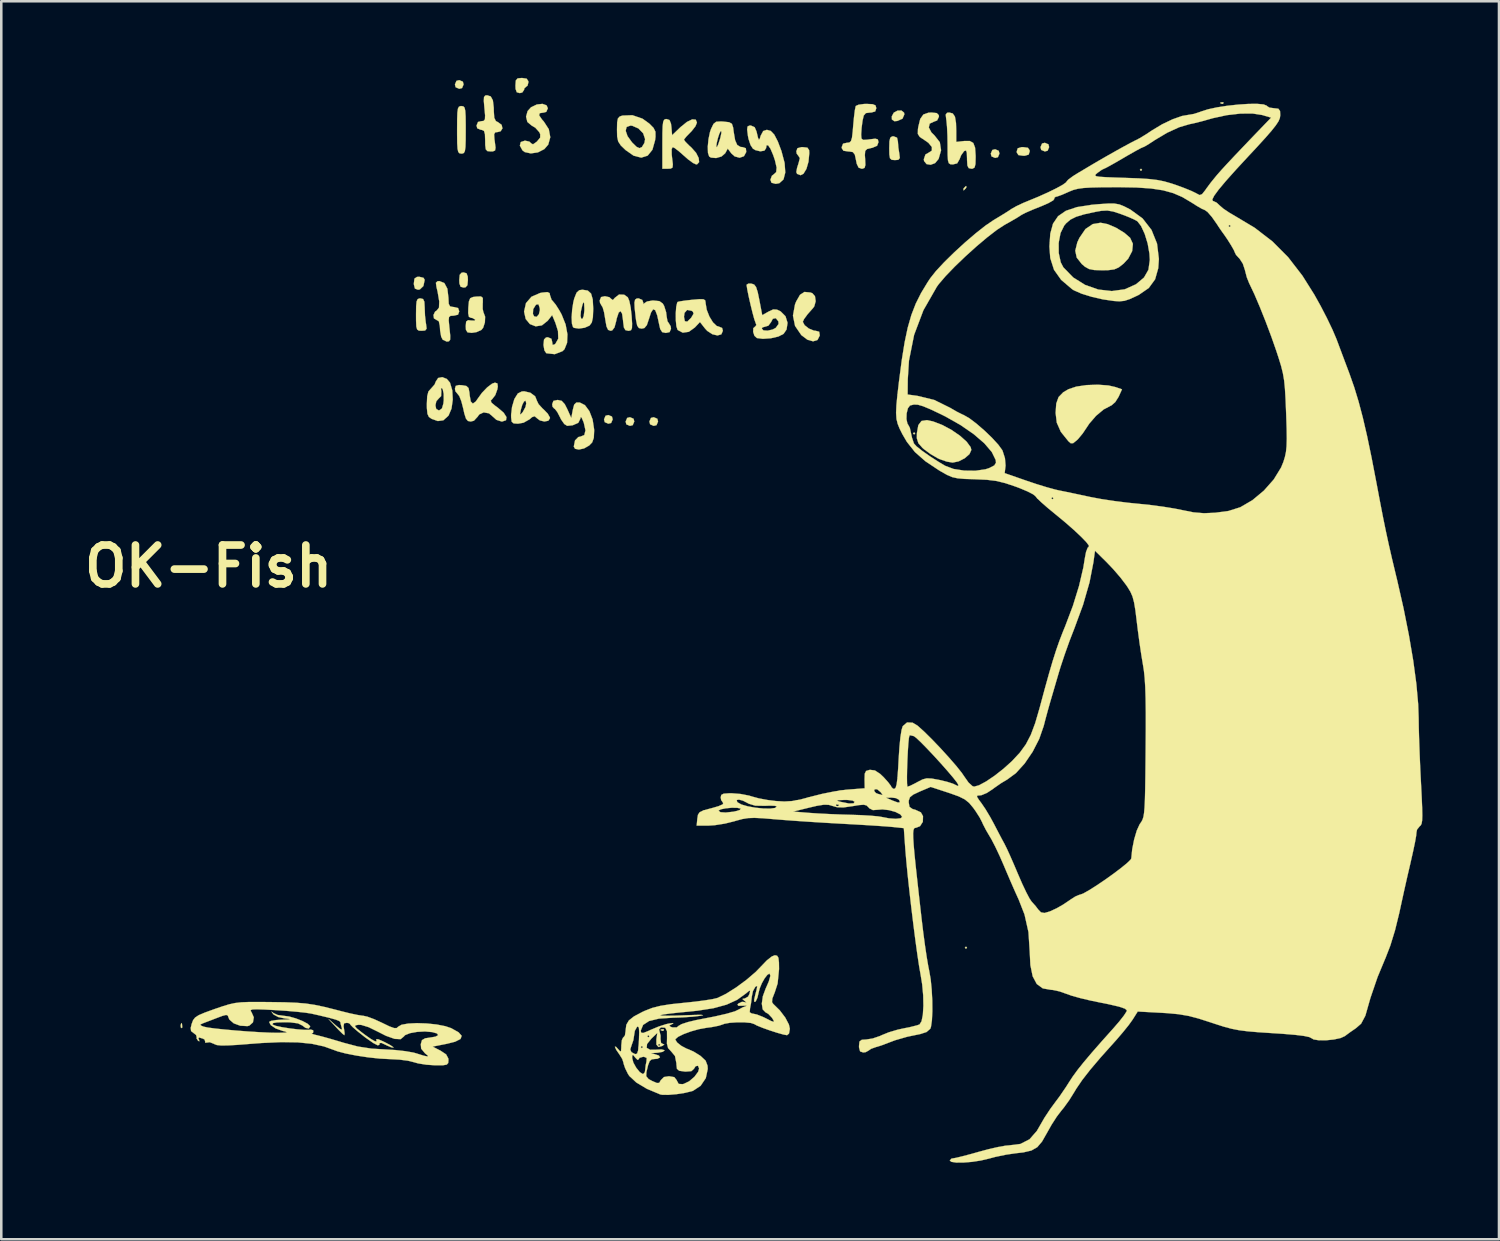
<source format=kicad_pcb>
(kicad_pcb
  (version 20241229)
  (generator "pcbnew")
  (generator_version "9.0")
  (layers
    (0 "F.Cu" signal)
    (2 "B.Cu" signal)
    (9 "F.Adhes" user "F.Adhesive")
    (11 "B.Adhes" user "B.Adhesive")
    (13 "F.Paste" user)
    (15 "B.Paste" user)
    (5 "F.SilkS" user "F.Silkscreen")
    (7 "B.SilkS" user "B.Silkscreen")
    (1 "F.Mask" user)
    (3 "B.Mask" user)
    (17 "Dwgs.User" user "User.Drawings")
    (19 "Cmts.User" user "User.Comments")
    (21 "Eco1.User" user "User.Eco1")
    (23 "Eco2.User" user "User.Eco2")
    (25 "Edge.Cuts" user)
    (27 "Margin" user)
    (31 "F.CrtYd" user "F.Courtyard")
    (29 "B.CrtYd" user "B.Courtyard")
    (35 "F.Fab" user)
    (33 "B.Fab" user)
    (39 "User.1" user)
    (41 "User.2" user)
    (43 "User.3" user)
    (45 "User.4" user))
  (footprint "OK-Fish"
    (layer "F.Cu")
    (at 5.124 19.14)
    (property "Reference" "OK-Fish" (at 0 0 0) (layer "F.SilkS") (effects (font (size 1.524 1.524) (thickness 0.3))))
    (attr through_hole)
    (fp_poly (pts (xy 27.686 -5.207) (xy 27.644 -5.165) (xy 27.601 -5.207) (xy 27.644 -5.249) (xy 27.686 -5.207)) (stroke (width 0.01) (type solid)) (fill yes) (layer "F.SilkS"))
    (fp_poly (pts (xy 29.718 14.944) (xy 29.676 14.986) (xy 29.633 14.944) (xy 29.676 14.901) (xy 29.718 14.944)) (stroke (width 0.01) (type solid)) (fill yes) (layer "F.SilkS"))
    (fp_poly (pts (xy 36.576 -15.536) (xy 36.534 -15.494) (xy 36.491 -15.536) (xy 36.534 -15.579) (xy 36.576 -15.536)) (stroke (width 0.01) (type solid)) (fill yes) (layer "F.SilkS"))
    (fp_poly (pts (xy -1.043 17.933) (xy -1.033 18.066) (xy -1.05 18.096) (xy -1.088 18.07) (xy -1.094 17.985) (xy -1.073 17.894) (xy -1.043 17.933)) (stroke (width 0.01) (type solid)) (fill yes) (layer "F.SilkS"))
    (fp_poly (pts (xy 17.836 18.147) (xy 17.825 18.197) (xy 17.78 18.203) (xy 17.71 18.172) (xy 17.724 18.147) (xy 17.824 18.137) (xy 17.836 18.147)) (stroke (width 0.01) (type solid)) (fill yes) (layer "F.SilkS"))
    (fp_poly (pts (xy 39.765 -18.175) (xy 39.753 -18.125) (xy 39.709 -18.119) (xy 39.639 -18.15) (xy 39.652 -18.175) (xy 39.753 -18.185) (xy 39.765 -18.175)) (stroke (width 0.01) (type solid)) (fill yes) (layer "F.SilkS"))
    (fp_poly (pts (xy 9.963 -18.99) (xy 9.991 -18.881) (xy 9.931 -18.739) (xy 9.821 -18.711) (xy 9.68 -18.771) (xy 9.652 -18.881) (xy 9.712 -19.022) (xy 9.821 -19.05) (xy 9.963 -18.99)) (stroke (width 0.01) (type solid)) (fill yes) (layer "F.SilkS"))
    (fp_poly (pts (xy 15.805 -5.867) (xy 15.833 -5.757) (xy 15.773 -5.616) (xy 15.663 -5.588) (xy 15.522 -5.648) (xy 15.494 -5.757) (xy 15.554 -5.899) (xy 15.663 -5.927) (xy 15.805 -5.867)) (stroke (width 0.01) (type solid)) (fill yes) (layer "F.SilkS"))
    (fp_poly (pts (xy 16.652 -5.782) (xy 16.679 -5.673) (xy 16.619 -5.531) (xy 16.51 -5.503) (xy 16.368 -5.563) (xy 16.341 -5.673) (xy 16.401 -5.814) (xy 16.51 -5.842) (xy 16.652 -5.782)) (stroke (width 0.01) (type solid)) (fill yes) (layer "F.SilkS"))
    (fp_poly (pts (xy 17.583 -5.782) (xy 17.611 -5.673) (xy 17.551 -5.531) (xy 17.441 -5.503) (xy 17.3 -5.563) (xy 17.272 -5.673) (xy 17.332 -5.814) (xy 17.441 -5.842) (xy 17.583 -5.782)) (stroke (width 0.01) (type solid)) (fill yes) (layer "F.SilkS"))
    (fp_poly (pts (xy 29.691 -14.847) (xy 29.676 -14.817) (xy 29.596 -14.736) (xy 29.581 -14.732) (xy 29.575 -14.787) (xy 29.591 -14.817) (xy 29.671 -14.898) (xy 29.686 -14.901) (xy 29.691 -14.847)) (stroke (width 0.01) (type solid)) (fill yes) (layer "F.SilkS"))
    (fp_poly (pts (xy 30.96 -16.281) (xy 30.988 -16.171) (xy 30.928 -16.03) (xy 30.819 -16.002) (xy 30.677 -16.062) (xy 30.649 -16.171) (xy 30.709 -16.313) (xy 30.819 -16.341) (xy 30.96 -16.281)) (stroke (width 0.01) (type solid)) (fill yes) (layer "F.SilkS"))
    (fp_poly (pts (xy 32.908 -16.535) (xy 32.935 -16.425) (xy 32.875 -16.284) (xy 32.766 -16.256) (xy 32.624 -16.316) (xy 32.597 -16.425) (xy 32.657 -16.567) (xy 32.766 -16.595) (xy 32.908 -16.535)) (stroke (width 0.01) (type solid)) (fill yes) (layer "F.SilkS"))
    (fp_poly (pts (xy 27.249 -17.778) (xy 27.263 -17.71) (xy 27.189 -17.539) (xy 26.984 -17.45) (xy 26.869 -17.441) (xy 26.774 -17.508) (xy 26.77 -17.632) (xy 26.848 -17.776) (xy 26.994 -17.855) (xy 27.147 -17.859) (xy 27.249 -17.778)) (stroke (width 0.01) (type solid)) (fill yes) (layer "F.SilkS"))
    (fp_poly (pts (xy 8.422 -11.304) (xy 8.467 -11.225) (xy 8.416 -10.981) (xy 8.279 -10.85) (xy 8.204 -10.837) (xy 8.085 -10.882) (xy 8.044 -11.041) (xy 8.043 -11.091) (xy 8.066 -11.273) (xy 8.163 -11.339) (xy 8.255 -11.345) (xy 8.422 -11.304)) (stroke (width 0.01) (type solid)) (fill yes) (layer "F.SilkS"))
    (fp_poly (pts (xy 10.107 -11.482) (xy 10.154 -11.352) (xy 10.16 -11.218) (xy 10.141 -11.014) (xy 10.067 -10.932) (xy 9.991 -10.922) (xy 9.874 -10.955) (xy 9.827 -11.085) (xy 9.821 -11.218) (xy 9.84 -11.423) (xy 9.914 -11.505) (xy 9.991 -11.515) (xy 10.107 -11.482)) (stroke (width 0.01) (type solid)) (fill yes) (layer "F.SilkS"))
    (fp_poly (pts (xy 32.105 -16.399) (xy 32.171 -16.3) (xy 32.173 -16.256) (xy 32.133 -16.132) (xy 31.985 -16.088) (xy 31.919 -16.087) (xy 31.733 -16.113) (xy 31.668 -16.212) (xy 31.665 -16.256) (xy 31.705 -16.38) (xy 31.854 -16.424) (xy 31.919 -16.425) (xy 32.105 -16.399)) (stroke (width 0.01) (type solid)) (fill yes) (layer "F.SilkS"))
    (fp_poly (pts (xy 12.463 -19.108) (xy 12.528 -19.009) (xy 12.531 -18.965) (xy 12.495 -18.828) (xy 12.446 -18.796) (xy 12.371 -18.727) (xy 12.361 -18.669) (xy 12.291 -18.566) (xy 12.192 -18.542) (xy 12.075 -18.575) (xy 12.028 -18.705) (xy 12.023 -18.838) (xy 12.037 -19.037) (xy 12.109 -19.119) (xy 12.277 -19.135) (xy 12.463 -19.108)) (stroke (width 0.01) (type solid)) (fill yes) (layer "F.SilkS"))
    (fp_poly (pts (xy 26.975 -16.796) (xy 27.009 -16.648) (xy 27.026 -16.414) (xy 27.062 -16.182) (xy 27.084 -15.999) (xy 27.027 -15.928) (xy 26.892 -15.917) (xy 26.765 -15.928) (xy 26.699 -15.988) (xy 26.674 -16.139) (xy 26.67 -16.383) (xy 26.677 -16.652) (xy 26.709 -16.792) (xy 26.78 -16.844) (xy 26.839 -16.849) (xy 26.975 -16.796)) (stroke (width 0.01) (type solid)) (fill yes) (layer "F.SilkS"))
    (fp_poly (pts (xy 23.464 -16.404) (xy 23.53 -16.306) (xy 23.537 -16.192) (xy 23.506 -15.855) (xy 23.424 -15.571) (xy 23.308 -15.381) (xy 23.195 -15.325) (xy 23.06 -15.376) (xy 23.029 -15.446) (xy 23.058 -15.611) (xy 23.119 -15.804) (xy 23.167 -15.994) (xy 23.119 -16.071) (xy 23.044 -16.169) (xy 23.029 -16.263) (xy 23.073 -16.383) (xy 23.229 -16.424) (xy 23.283 -16.425) (xy 23.464 -16.404)) (stroke (width 0.01) (type solid)) (fill yes) (layer "F.SilkS"))
    (fp_poly (pts (xy 8.404 -10.473) (xy 8.454 -10.367) (xy 8.467 -10.137) (xy 8.467 -10.128) (xy 8.479 -9.825) (xy 8.511 -9.542) (xy 8.52 -9.493) (xy 8.542 -9.311) (xy 8.485 -9.24) (xy 8.35 -9.229) (xy 8.237 -9.235) (xy 8.171 -9.28) (xy 8.139 -9.397) (xy 8.129 -9.623) (xy 8.128 -9.864) (xy 8.132 -10.188) (xy 8.15 -10.379) (xy 8.192 -10.47) (xy 8.267 -10.498) (xy 8.297 -10.499) (xy 8.404 -10.473)) (stroke (width 0.01) (type solid)) (fill yes) (layer "F.SilkS"))
    (fp_poly (pts (xy 28.387 -5.677) (xy 28.753 -5.536) (xy 29.116 -5.34) (xy 29.444 -5.114) (xy 29.702 -4.883) (xy 29.858 -4.672) (xy 29.887 -4.561) (xy 29.814 -4.398) (xy 29.63 -4.236) (xy 29.391 -4.113) (xy 29.155 -4.064) (xy 28.927 -4.102) (xy 28.651 -4.197) (xy 28.566 -4.236) (xy 28.284 -4.401) (xy 28.023 -4.594) (xy 27.973 -4.638) (xy 27.811 -4.824) (xy 27.751 -5.017) (xy 27.754 -5.222) (xy 27.809 -5.531) (xy 27.933 -5.695) (xy 28.149 -5.728) (xy 28.387 -5.677)) (stroke (width 0.01) (type solid)) (fill yes) (layer "F.SilkS"))
    (fp_poly (pts (xy 35.226 -13.408) (xy 35.556 -13.267) (xy 35.876 -13.072) (xy 36.108 -12.872) (xy 36.217 -12.636) (xy 36.189 -12.352) (xy 36.034 -12.056) (xy 35.851 -11.86) (xy 35.664 -11.713) (xy 35.488 -11.635) (xy 35.256 -11.604) (xy 35.016 -11.599) (xy 34.703 -11.609) (xy 34.497 -11.649) (xy 34.336 -11.74) (xy 34.214 -11.845) (xy 34.016 -12.096) (xy 33.959 -12.366) (xy 34.039 -12.692) (xy 34.12 -12.867) (xy 34.358 -13.216) (xy 34.645 -13.41) (xy 34.95 -13.462) (xy 35.226 -13.408)) (stroke (width 0.01) (type solid)) (fill yes) (layer "F.SilkS"))
    (fp_poly (pts (xy 9.98 -18.023) (xy 10.029 -17.972) (xy 10.057 -17.85) (xy 10.071 -17.628) (xy 10.075 -17.278) (xy 10.075 -17.103) (xy 10.073 -16.695) (xy 10.064 -16.428) (xy 10.042 -16.271) (xy 10.002 -16.196) (xy 9.938 -16.172) (xy 9.906 -16.171) (xy 9.832 -16.182) (xy 9.783 -16.234) (xy 9.755 -16.356) (xy 9.741 -16.577) (xy 9.737 -16.927) (xy 9.737 -17.103) (xy 9.739 -17.51) (xy 9.748 -17.778) (xy 9.77 -17.935) (xy 9.81 -18.01) (xy 9.874 -18.033) (xy 9.906 -18.034) (xy 9.98 -18.023)) (stroke (width 0.01) (type solid)) (fill yes) (layer "F.SilkS"))
    (fp_poly (pts (xy 23.578 -10.729) (xy 23.657 -10.701) (xy 23.76 -10.584) (xy 23.787 -10.388) (xy 23.734 -10.189) (xy 23.686 -10.121) (xy 23.474 -9.882) (xy 23.331 -9.687) (xy 23.283 -9.579) (xy 23.354 -9.447) (xy 23.52 -9.316) (xy 23.716 -9.236) (xy 23.783 -9.229) (xy 23.925 -9.192) (xy 23.947 -9.054) (xy 23.945 -9.038) (xy 23.858 -8.868) (xy 23.686 -8.815) (xy 23.463 -8.879) (xy 23.226 -9.058) (xy 23.223 -9.061) (xy 22.979 -9.419) (xy 22.897 -9.823) (xy 22.977 -10.262) (xy 23.023 -10.377) (xy 23.174 -10.639) (xy 23.348 -10.751) (xy 23.578 -10.729)) (stroke (width 0.01) (type solid)) (fill yes) (layer "F.SilkS"))
    (fp_poly (pts (xy 35.258 -7.086) (xy 35.535 -7.023) (xy 35.79 -6.935) (xy 35.657 -6.642) (xy 35.526 -6.435) (xy 35.377 -6.305) (xy 35.354 -6.296) (xy 35.072 -6.147) (xy 34.772 -5.896) (xy 34.508 -5.591) (xy 34.422 -5.461) (xy 34.252 -5.208) (xy 34.072 -4.99) (xy 34.023 -4.942) (xy 33.877 -4.825) (xy 33.781 -4.821) (xy 33.691 -4.899) (xy 33.394 -5.268) (xy 33.234 -5.629) (xy 33.189 -6.009) (xy 33.214 -6.378) (xy 33.305 -6.632) (xy 33.488 -6.82) (xy 33.697 -6.942) (xy 34.001 -7.042) (xy 34.405 -7.101) (xy 34.846 -7.116) (xy 35.258 -7.086)) (stroke (width 0.01) (type solid)) (fill yes) (layer "F.SilkS"))
    (fp_poly (pts (xy 10.744 -10.517) (xy 10.745 -10.345) (xy 10.741 -10.297) (xy 10.74 -10.082) (xy 10.77 -9.947) (xy 10.776 -9.939) (xy 10.835 -9.781) (xy 10.826 -9.556) (xy 10.758 -9.348) (xy 10.689 -9.262) (xy 10.492 -9.175) (xy 10.308 -9.147) (xy 10.145 -9.167) (xy 10.083 -9.267) (xy 10.075 -9.408) (xy 10.091 -9.588) (xy 10.167 -9.644) (xy 10.284 -9.632) (xy 10.424 -9.626) (xy 10.449 -9.664) (xy 10.334 -9.73) (xy 10.277 -9.737) (xy 10.2 -9.776) (xy 10.171 -9.918) (xy 10.177 -10.139) (xy 10.2 -10.382) (xy 10.251 -10.505) (xy 10.364 -10.553) (xy 10.484 -10.568) (xy 10.672 -10.575) (xy 10.744 -10.517)) (stroke (width 0.01) (type solid)) (fill yes) (layer "F.SilkS"))
    (fp_poly (pts (xy 28.532 -17.759) (xy 28.611 -17.679) (xy 28.617 -17.617) (xy 28.546 -17.47) (xy 28.428 -17.426) (xy 28.256 -17.347) (xy 28.22 -17.197) (xy 28.32 -17.004) (xy 28.442 -16.883) (xy 28.652 -16.616) (xy 28.701 -16.301) (xy 28.604 -15.964) (xy 28.47 -15.802) (xy 28.295 -15.734) (xy 28.132 -15.76) (xy 28.034 -15.881) (xy 28.025 -15.95) (xy 28.088 -16.136) (xy 28.194 -16.196) (xy 28.339 -16.287) (xy 28.34 -16.429) (xy 28.203 -16.595) (xy 28.058 -16.696) (xy 27.867 -16.822) (xy 27.79 -16.942) (xy 27.794 -17.128) (xy 27.808 -17.218) (xy 27.884 -17.529) (xy 28.007 -17.703) (xy 28.207 -17.774) (xy 28.331 -17.78) (xy 28.532 -17.759)) (stroke (width 0.01) (type solid)) (fill yes) (layer "F.SilkS"))
    (fp_poly (pts (xy 14.858 -10.804) (xy 14.986 -10.687) (xy 15.052 -10.458) (xy 15.071 -10.09) (xy 15.071 -10.089) (xy 15.058 -9.759) (xy 15.016 -9.557) (xy 14.933 -9.44) (xy 14.922 -9.431) (xy 14.736 -9.348) (xy 14.509 -9.316) (xy 14.324 -9.342) (xy 14.28 -9.37) (xy 14.237 -9.504) (xy 14.225 -9.749) (xy 14.229 -9.802) (xy 14.574 -9.802) (xy 14.604 -9.695) (xy 14.647 -9.694) (xy 14.698 -9.805) (xy 14.723 -10.017) (xy 14.724 -10.101) (xy 14.714 -10.307) (xy 14.694 -10.358) (xy 14.656 -10.271) (xy 14.647 -10.245) (xy 14.589 -10) (xy 14.574 -9.802) (xy 14.229 -9.802) (xy 14.244 -10.048) (xy 14.29 -10.346) (xy 14.329 -10.5) (xy 14.418 -10.722) (xy 14.525 -10.819) (xy 14.651 -10.837) (xy 14.858 -10.804)) (stroke (width 0.01) (type solid)) (fill yes) (layer "F.SilkS"))
    (fp_poly (pts (xy 13.24 -18.064) (xy 13.293 -17.949) (xy 13.232 -17.807) (xy 13.137 -17.78) (xy 12.976 -17.756) (xy 12.95 -17.674) (xy 13.059 -17.513) (xy 13.134 -17.429) (xy 13.33 -17.127) (xy 13.388 -16.812) (xy 13.308 -16.524) (xy 13.154 -16.347) (xy 12.903 -16.219) (xy 12.626 -16.179) (xy 12.387 -16.231) (xy 12.298 -16.298) (xy 12.196 -16.484) (xy 12.231 -16.624) (xy 12.394 -16.679) (xy 12.397 -16.679) (xy 12.569 -16.641) (xy 12.641 -16.573) (xy 12.711 -16.534) (xy 12.852 -16.633) (xy 12.868 -16.648) (xy 12.992 -16.798) (xy 12.994 -16.932) (xy 12.957 -17.012) (xy 12.801 -17.186) (xy 12.653 -17.274) (xy 12.49 -17.411) (xy 12.439 -17.619) (xy 12.5 -17.839) (xy 12.634 -17.987) (xy 12.862 -18.096) (xy 13.081 -18.12) (xy 13.24 -18.064)) (stroke (width 0.01) (type solid)) (fill yes) (layer "F.SilkS"))
    (fp_poly (pts (xy 16.997 -17.542) (xy 17.264 -17.351) (xy 17.436 -17.178) (xy 17.509 -17.029) (xy 17.511 -16.826) (xy 17.495 -16.695) (xy 17.39 -16.322) (xy 17.205 -16.093) (xy 16.954 -16.013) (xy 16.655 -16.089) (xy 16.341 -16.308) (xy 16.149 -16.493) (xy 16.048 -16.649) (xy 16.008 -16.842) (xy 16.003 -17.068) (xy 16.342 -17.068) (xy 16.415 -16.856) (xy 16.595 -16.607) (xy 16.597 -16.605) (xy 16.77 -16.436) (xy 16.885 -16.385) (xy 16.978 -16.428) (xy 17.076 -16.589) (xy 17.103 -16.74) (xy 17.028 -16.965) (xy 16.842 -17.157) (xy 16.6 -17.262) (xy 16.531 -17.269) (xy 16.38 -17.216) (xy 16.342 -17.068) (xy 16.003 -17.068) (xy 16.002 -17.111) (xy 16.008 -17.392) (xy 16.038 -17.548) (xy 16.109 -17.625) (xy 16.214 -17.661) (xy 16.605 -17.676) (xy 16.997 -17.542)) (stroke (width 0.01) (type solid)) (fill yes) (layer "F.SilkS"))
    (fp_poly (pts (xy 16.284 -10.642) (xy 16.426 -10.54) (xy 16.486 -10.394) (xy 16.539 -10.135) (xy 16.575 -9.82) (xy 16.594 -9.511) (xy 16.589 -9.334) (xy 16.552 -9.252) (xy 16.474 -9.229) (xy 16.441 -9.229) (xy 16.332 -9.254) (xy 16.273 -9.356) (xy 16.243 -9.579) (xy 16.239 -9.631) (xy 16.202 -9.898) (xy 16.14 -10.001) (xy 16.067 -9.939) (xy 15.992 -9.713) (xy 15.972 -9.614) (xy 15.904 -9.36) (xy 15.815 -9.244) (xy 15.749 -9.229) (xy 15.654 -9.265) (xy 15.591 -9.398) (xy 15.544 -9.663) (xy 15.54 -9.693) (xy 15.495 -9.958) (xy 15.44 -10.148) (xy 15.403 -10.206) (xy 15.337 -10.322) (xy 15.325 -10.419) (xy 15.379 -10.55) (xy 15.529 -10.583) (xy 15.704 -10.544) (xy 15.778 -10.477) (xy 15.839 -10.432) (xy 15.917 -10.52) (xy 16.082 -10.649) (xy 16.284 -10.642)) (stroke (width 0.01) (type solid)) (fill yes) (layer "F.SilkS"))
    (fp_poly (pts (xy 16.994 -10.437) (xy 17.025 -10.351) (xy 17.046 -10.27) (xy 17.074 -10.308) (xy 17.179 -10.377) (xy 17.384 -10.413) (xy 17.435 -10.414) (xy 17.666 -10.39) (xy 17.797 -10.295) (xy 17.851 -10.198) (xy 17.927 -9.957) (xy 17.949 -9.78) (xy 17.981 -9.602) (xy 18.034 -9.525) (xy 18.105 -9.406) (xy 18.119 -9.308) (xy 18.064 -9.177) (xy 17.916 -9.144) (xy 17.775 -9.174) (xy 17.696 -9.295) (xy 17.658 -9.461) (xy 17.578 -9.832) (xy 17.5 -10.035) (xy 17.419 -10.072) (xy 17.335 -9.944) (xy 17.254 -9.694) (xy 17.172 -9.451) (xy 17.077 -9.337) (xy 16.97 -9.313) (xy 16.859 -9.337) (xy 16.793 -9.433) (xy 16.749 -9.644) (xy 16.734 -9.758) (xy 16.695 -10.113) (xy 16.686 -10.332) (xy 16.711 -10.448) (xy 16.775 -10.493) (xy 16.849 -10.499) (xy 16.994 -10.437)) (stroke (width 0.01) (type solid)) (fill yes) (layer "F.SilkS"))
    (fp_poly (pts (xy 9.237 -11.1) (xy 9.356 -10.877) (xy 9.398 -10.518) (xy 9.398 -10.504) (xy 9.409 -10.284) (xy 9.462 -10.185) (xy 9.585 -10.16) (xy 9.61 -10.16) (xy 9.776 -10.12) (xy 9.821 -9.991) (xy 9.774 -9.86) (xy 9.607 -9.821) (xy 9.601 -9.821) (xy 9.481 -9.814) (xy 9.42 -9.767) (xy 9.408 -9.64) (xy 9.431 -9.394) (xy 9.44 -9.313) (xy 9.468 -9.032) (xy 9.464 -8.88) (xy 9.418 -8.817) (xy 9.332 -8.805) (xy 9.172 -8.881) (xy 9.113 -8.996) (xy 9.072 -9.233) (xy 9.06 -9.419) (xy 9.019 -9.605) (xy 8.932 -9.652) (xy 8.83 -9.713) (xy 8.811 -9.847) (xy 8.874 -9.979) (xy 8.941 -10.025) (xy 9.027 -10.135) (xy 9.037 -10.379) (xy 8.972 -10.763) (xy 8.929 -10.943) (xy 8.906 -11.111) (xy 8.971 -11.171) (xy 9.046 -11.176) (xy 9.237 -11.1)) (stroke (width 0.01) (type solid)) (fill yes) (layer "F.SilkS"))
    (fp_poly (pts (xy 9.334 -7.342) (xy 9.458 -7.197) (xy 9.548 -6.892) (xy 9.567 -6.53) (xy 9.518 -6.18) (xy 9.404 -5.912) (xy 9.392 -5.896) (xy 9.198 -5.721) (xy 8.981 -5.692) (xy 8.742 -5.776) (xy 8.632 -5.852) (xy 8.575 -5.975) (xy 8.553 -6.194) (xy 8.552 -6.306) (xy 8.887 -6.306) (xy 8.919 -6.165) (xy 9.02 -6.109) (xy 9.038 -6.112) (xy 9.143 -6.185) (xy 9.199 -6.377) (xy 9.213 -6.51) (xy 9.211 -6.756) (xy 9.175 -6.933) (xy 9.154 -6.966) (xy 9.102 -6.981) (xy 9.119 -6.859) (xy 9.11 -6.667) (xy 9.03 -6.589) (xy 8.923 -6.468) (xy 8.887 -6.306) (xy 8.552 -6.306) (xy 8.551 -6.358) (xy 8.565 -6.665) (xy 8.613 -6.849) (xy 8.709 -6.959) (xy 8.711 -6.96) (xy 8.854 -7.122) (xy 8.902 -7.24) (xy 8.994 -7.379) (xy 9.157 -7.412) (xy 9.334 -7.342)) (stroke (width 0.01) (type solid)) (fill yes) (layer "F.SilkS"))
    (fp_poly (pts (xy 11.055 -18.412) (xy 11.139 -18.258) (xy 11.173 -17.972) (xy 11.176 -17.821) (xy 11.193 -17.574) (xy 11.257 -17.446) (xy 11.345 -17.399) (xy 11.482 -17.298) (xy 11.514 -17.158) (xy 11.442 -17.046) (xy 11.336 -17.018) (xy 11.228 -17.002) (xy 11.187 -16.926) (xy 11.199 -16.745) (xy 11.214 -16.637) (xy 11.243 -16.404) (xy 11.224 -16.293) (xy 11.139 -16.258) (xy 11.054 -16.256) (xy 10.926 -16.269) (xy 10.861 -16.337) (xy 10.839 -16.503) (xy 10.837 -16.679) (xy 10.828 -16.933) (xy 10.791 -17.06) (xy 10.707 -17.101) (xy 10.668 -17.103) (xy 10.526 -17.163) (xy 10.499 -17.272) (xy 10.556 -17.411) (xy 10.68 -17.441) (xy 10.779 -17.453) (xy 10.827 -17.515) (xy 10.834 -17.666) (xy 10.809 -17.945) (xy 10.808 -17.949) (xy 10.784 -18.231) (xy 10.791 -18.384) (xy 10.839 -18.447) (xy 10.914 -18.457) (xy 11.055 -18.412)) (stroke (width 0.01) (type solid)) (fill yes) (layer "F.SilkS"))
    (fp_poly (pts (xy 12.608 -6.801) (xy 12.796 -6.66) (xy 12.869 -6.478) (xy 12.929 -6.355) (xy 13.078 -6.191) (xy 13.123 -6.151) (xy 13.288 -5.982) (xy 13.374 -5.831) (xy 13.377 -5.805) (xy 13.312 -5.704) (xy 13.157 -5.674) (xy 12.98 -5.717) (xy 12.867 -5.802) (xy 12.775 -5.88) (xy 12.675 -5.846) (xy 12.576 -5.76) (xy 12.341 -5.627) (xy 12.123 -5.588) (xy 11.952 -5.6) (xy 11.875 -5.666) (xy 11.854 -5.836) (xy 11.853 -5.935) (xy 11.858 -5.971) (xy 12.204 -5.971) (xy 12.228 -5.951) (xy 12.313 -6.049) (xy 12.418 -6.245) (xy 12.446 -6.383) (xy 12.421 -6.491) (xy 12.362 -6.464) (xy 12.291 -6.33) (xy 12.235 -6.138) (xy 12.204 -5.971) (xy 11.858 -5.971) (xy 11.889 -6.244) (xy 11.976 -6.54) (xy 11.99 -6.57) (xy 12.117 -6.773) (xy 12.273 -6.851) (xy 12.365 -6.858) (xy 12.608 -6.801)) (stroke (width 0.01) (type solid)) (fill yes) (layer "F.SilkS"))
    (fp_poly (pts (xy 21.397 -17.206) (xy 21.469 -17.039) (xy 21.525 -16.8) (xy 21.563 -16.712) (xy 21.599 -16.759) (xy 21.631 -16.87) (xy 21.731 -17.056) (xy 21.875 -17.103) (xy 22.027 -17.06) (xy 22.165 -16.916) (xy 22.303 -16.65) (xy 22.446 -16.271) (xy 22.57 -15.805) (xy 22.596 -15.43) (xy 22.527 -15.161) (xy 22.364 -15.012) (xy 22.222 -14.986) (xy 22.056 -15.029) (xy 22.013 -15.146) (xy 22.072 -15.304) (xy 22.14 -15.355) (xy 22.24 -15.446) (xy 22.257 -15.624) (xy 22.19 -15.913) (xy 22.124 -16.108) (xy 22.017 -16.36) (xy 21.925 -16.494) (xy 21.862 -16.495) (xy 21.844 -16.383) (xy 21.777 -16.287) (xy 21.616 -16.261) (xy 21.423 -16.308) (xy 21.328 -16.365) (xy 21.235 -16.506) (xy 21.156 -16.746) (xy 21.132 -16.87) (xy 21.102 -17.112) (xy 21.117 -17.231) (xy 21.188 -17.269) (xy 21.245 -17.272) (xy 21.397 -17.206)) (stroke (width 0.01) (type solid)) (fill yes) (layer "F.SilkS"))
    (fp_poly (pts (xy 29.16 -17.744) (xy 29.245 -17.617) (xy 29.286 -17.372) (xy 29.295 -17.07) (xy 29.295 -16.629) (xy 29.601 -16.664) (xy 29.825 -16.666) (xy 29.963 -16.589) (xy 30.033 -16.405) (xy 30.055 -16.086) (xy 30.055 -16.023) (xy 30.048 -15.762) (xy 30.014 -15.628) (xy 29.938 -15.582) (xy 29.887 -15.579) (xy 29.783 -15.603) (xy 29.732 -15.704) (xy 29.718 -15.925) (xy 29.718 -15.97) (xy 29.71 -16.202) (xy 29.679 -16.294) (xy 29.612 -16.273) (xy 29.599 -16.263) (xy 29.486 -16.106) (xy 29.428 -15.956) (xy 29.332 -15.789) (xy 29.166 -15.748) (xy 29.066 -15.754) (xy 29.004 -15.795) (xy 28.971 -15.904) (xy 28.958 -16.113) (xy 28.956 -16.454) (xy 28.956 -16.499) (xy 28.95 -16.875) (xy 28.934 -17.216) (xy 28.911 -17.464) (xy 28.903 -17.515) (xy 28.882 -17.699) (xy 28.936 -17.771) (xy 29.021 -17.78) (xy 29.16 -17.744)) (stroke (width 0.01) (type solid)) (fill yes) (layer "F.SilkS"))
    (fp_poly (pts (xy 13.834 -6.484) (xy 13.956 -6.353) (xy 14.052 -6.165) (xy 14.211 -5.811) (xy 14.27 -6.128) (xy 14.324 -6.335) (xy 14.407 -6.416) (xy 14.544 -6.418) (xy 14.746 -6.315) (xy 14.92 -6.08) (xy 15.046 -5.754) (xy 15.105 -5.372) (xy 15.107 -5.313) (xy 15.094 -5.034) (xy 15.031 -4.857) (xy 14.913 -4.734) (xy 14.712 -4.619) (xy 14.509 -4.575) (xy 14.358 -4.605) (xy 14.309 -4.692) (xy 14.358 -4.934) (xy 14.489 -5.066) (xy 14.563 -5.08) (xy 14.721 -5.143) (xy 14.767 -5.328) (xy 14.701 -5.625) (xy 14.692 -5.649) (xy 14.616 -5.828) (xy 14.576 -5.846) (xy 14.569 -5.788) (xy 14.486 -5.623) (xy 14.265 -5.526) (xy 14.05 -5.504) (xy 13.937 -5.575) (xy 13.811 -5.755) (xy 13.769 -5.842) (xy 13.661 -6.048) (xy 13.567 -6.168) (xy 13.541 -6.181) (xy 13.477 -6.252) (xy 13.462 -6.35) (xy 13.511 -6.482) (xy 13.678 -6.519) (xy 13.834 -6.484)) (stroke (width 0.01) (type solid)) (fill yes) (layer "F.SilkS"))
    (fp_poly (pts (xy 18.06 -17.487) (xy 18.118 -17.343) (xy 18.135 -17.209) (xy 18.161 -16.891) (xy 18.491 -17.209) (xy 18.743 -17.413) (xy 18.95 -17.513) (xy 19.088 -17.502) (xy 19.135 -17.387) (xy 19.077 -17.244) (xy 18.933 -17.059) (xy 18.881 -17.005) (xy 18.723 -16.843) (xy 18.634 -16.732) (xy 18.627 -16.714) (xy 18.684 -16.634) (xy 18.831 -16.486) (xy 18.923 -16.403) (xy 19.101 -16.202) (xy 19.203 -16) (xy 19.22 -15.837) (xy 19.141 -15.752) (xy 19.103 -15.748) (xy 18.982 -15.803) (xy 18.789 -15.944) (xy 18.627 -16.087) (xy 18.419 -16.27) (xy 18.255 -16.393) (xy 18.185 -16.425) (xy 18.144 -16.348) (xy 18.146 -16.137) (xy 18.161 -16.002) (xy 18.191 -15.752) (xy 18.179 -15.627) (xy 18.109 -15.584) (xy 18 -15.579) (xy 17.78 -15.579) (xy 17.78 -16.552) (xy 17.782 -16.971) (xy 17.791 -17.249) (xy 17.812 -17.415) (xy 17.849 -17.497) (xy 17.909 -17.524) (xy 17.944 -17.526) (xy 18.06 -17.487)) (stroke (width 0.01) (type solid)) (fill yes) (layer "F.SilkS"))
    (fp_poly (pts (xy 20.175 -17.425) (xy 20.395 -17.401) (xy 20.505 -17.339) (xy 20.554 -17.19) (xy 20.576 -17.018) (xy 20.631 -16.695) (xy 20.712 -16.511) (xy 20.839 -16.433) (xy 20.924 -16.425) (xy 21.051 -16.383) (xy 21.067 -16.235) (xy 20.977 -16.069) (xy 20.807 -16.009) (xy 20.613 -16.062) (xy 20.485 -16.177) (xy 20.341 -16.368) (xy 20.243 -16.185) (xy 20.099 -16.059) (xy 19.885 -15.997) (xy 19.684 -16.015) (xy 19.614 -16.058) (xy 19.567 -16.199) (xy 19.559 -16.445) (xy 19.561 -16.46) (xy 19.894 -16.46) (xy 19.914 -16.422) (xy 19.918 -16.425) (xy 19.967 -16.527) (xy 20.034 -16.729) (xy 20.054 -16.799) (xy 20.094 -16.988) (xy 20.083 -17.061) (xy 20.065 -17.05) (xy 20.011 -16.949) (xy 19.956 -16.779) (xy 19.912 -16.597) (xy 19.894 -16.46) (xy 19.561 -16.46) (xy 19.587 -16.737) (xy 19.646 -17.017) (xy 19.688 -17.139) (xy 19.783 -17.335) (xy 19.89 -17.42) (xy 20.076 -17.431) (xy 20.175 -17.425)) (stroke (width 0.01) (type solid)) (fill yes) (layer "F.SilkS"))
    (fp_poly (pts (xy 19.391 -10.464) (xy 19.459 -10.42) (xy 19.475 -10.326) (xy 19.475 -10.307) (xy 19.518 -10.052) (xy 19.623 -9.786) (xy 19.763 -9.558) (xy 19.909 -9.418) (xy 19.977 -9.398) (xy 20.121 -9.34) (xy 20.151 -9.229) (xy 20.09 -9.089) (xy 19.939 -9.046) (xy 19.74 -9.093) (xy 19.538 -9.225) (xy 19.454 -9.316) (xy 19.253 -9.572) (xy 19.052 -9.358) (xy 18.817 -9.189) (xy 18.58 -9.154) (xy 18.384 -9.258) (xy 18.373 -9.271) (xy 18.329 -9.407) (xy 18.307 -9.642) (xy 18.306 -9.774) (xy 18.627 -9.774) (xy 18.661 -9.604) (xy 18.755 -9.588) (xy 18.897 -9.726) (xy 18.918 -9.755) (xy 19.002 -9.899) (xy 18.977 -9.977) (xy 18.922 -10.013) (xy 18.751 -10.046) (xy 18.649 -9.931) (xy 18.627 -9.774) (xy 18.306 -9.774) (xy 18.305 -9.916) (xy 18.323 -10.167) (xy 18.361 -10.333) (xy 18.38 -10.36) (xy 18.476 -10.383) (xy 18.692 -10.415) (xy 18.944 -10.443) (xy 19.232 -10.468) (xy 19.391 -10.464)) (stroke (width 0.01) (type solid)) (fill yes) (layer "F.SilkS"))
    (fp_poly (pts (xy 11.317 -7.165) (xy 11.332 -7.041) (xy 11.313 -6.931) (xy 11.234 -6.71) (xy 11.122 -6.563) (xy 11.056 -6.492) (xy 11.086 -6.411) (xy 11.231 -6.289) (xy 11.332 -6.216) (xy 11.563 -6.017) (xy 11.672 -5.846) (xy 11.654 -5.724) (xy 11.502 -5.673) (xy 11.483 -5.673) (xy 11.277 -5.739) (xy 11.165 -5.841) (xy 10.986 -5.994) (xy 10.779 -6.031) (xy 10.603 -5.95) (xy 10.543 -5.863) (xy 10.397 -5.705) (xy 10.27 -5.673) (xy 10.161 -5.695) (xy 10.085 -5.786) (xy 10.021 -5.983) (xy 9.975 -6.191) (xy 9.903 -6.468) (xy 9.822 -6.672) (xy 9.76 -6.75) (xy 9.67 -6.859) (xy 9.652 -6.957) (xy 9.683 -7.07) (xy 9.806 -7.103) (xy 9.927 -7.096) (xy 10.1 -7.066) (xy 10.185 -6.986) (xy 10.22 -6.807) (xy 10.229 -6.704) (xy 10.272 -6.459) (xy 10.354 -6.376) (xy 10.469 -6.458) (xy 10.535 -6.554) (xy 10.709 -6.795) (xy 10.915 -7.01) (xy 11.107 -7.156) (xy 11.221 -7.197) (xy 11.317 -7.165)) (stroke (width 0.01) (type solid)) (fill yes) (layer "F.SilkS"))
    (fp_poly (pts (xy 21.273 -11.076) (xy 21.377 -11.04) (xy 21.452 -10.942) (xy 21.515 -10.747) (xy 21.578 -10.444) (xy 21.693 -9.84) (xy 21.937 -9.979) (xy 22.124 -10.066) (xy 22.27 -10.058) (xy 22.415 -9.988) (xy 22.605 -9.798) (xy 22.685 -9.541) (xy 22.646 -9.278) (xy 22.529 -9.108) (xy 22.327 -9.004) (xy 22.032 -8.936) (xy 21.719 -8.914) (xy 21.484 -8.944) (xy 21.387 -9.033) (xy 21.337 -9.186) (xy 21.344 -9.313) (xy 21.675 -9.313) (xy 21.743 -9.244) (xy 21.905 -9.234) (xy 22.099 -9.278) (xy 22.223 -9.343) (xy 22.333 -9.496) (xy 22.326 -9.597) (xy 22.224 -9.723) (xy 22.108 -9.699) (xy 22.038 -9.567) (xy 21.934 -9.429) (xy 21.834 -9.398) (xy 21.702 -9.361) (xy 21.675 -9.313) (xy 21.344 -9.313) (xy 21.344 -9.331) (xy 21.418 -9.398) (xy 21.421 -9.398) (xy 21.463 -9.456) (xy 21.43 -9.546) (xy 21.381 -9.687) (xy 21.312 -9.941) (xy 21.235 -10.254) (xy 21.162 -10.574) (xy 21.107 -10.846) (xy 21.081 -11.018) (xy 21.081 -11.034) (xy 21.152 -11.078) (xy 21.273 -11.076)) (stroke (width 0.01) (type solid)) (fill yes) (layer "F.SilkS"))
    (fp_poly (pts (xy 13.363 -10.705) (xy 13.377 -10.625) (xy 13.439 -10.444) (xy 13.496 -10.381) (xy 13.599 -10.256) (xy 13.739 -10.036) (xy 13.834 -9.864) (xy 13.989 -9.476) (xy 14.06 -9.093) (xy 14.046 -8.757) (xy 13.945 -8.506) (xy 13.866 -8.429) (xy 13.564 -8.312) (xy 13.245 -8.347) (xy 13.229 -8.353) (xy 13.158 -8.459) (xy 13.124 -8.659) (xy 13.123 -8.685) (xy 13.143 -8.887) (xy 13.221 -8.966) (xy 13.293 -8.975) (xy 13.432 -8.917) (xy 13.462 -8.795) (xy 13.481 -8.673) (xy 13.56 -8.697) (xy 13.589 -8.721) (xy 13.7 -8.919) (xy 13.69 -9.219) (xy 13.589 -9.539) (xy 13.461 -9.843) (xy 13.286 -9.621) (xy 13.061 -9.441) (xy 12.815 -9.403) (xy 12.589 -9.492) (xy 12.425 -9.69) (xy 12.382 -9.887) (xy 12.708 -9.887) (xy 12.756 -9.794) (xy 12.855 -9.775) (xy 12.941 -9.874) (xy 12.981 -10.038) (xy 12.974 -10.12) (xy 12.927 -10.263) (xy 12.848 -10.26) (xy 12.817 -10.236) (xy 12.718 -10.076) (xy 12.708 -9.887) (xy 12.382 -9.887) (xy 12.361 -9.981) (xy 12.436 -10.313) (xy 12.651 -10.562) (xy 12.988 -10.709) (xy 13.069 -10.725) (xy 13.275 -10.745) (xy 13.363 -10.705)) (stroke (width 0.01) (type solid)) (fill yes) (layer "F.SilkS"))
    (fp_poly (pts (xy 26.022 -18.107) (xy 26.133 -18.06) (xy 26.162 -17.958) (xy 26.162 -17.949) (xy 26.12 -17.823) (xy 25.966 -17.781) (xy 25.919 -17.78) (xy 25.755 -17.759) (xy 25.671 -17.664) (xy 25.624 -17.462) (xy 25.587 -17.181) (xy 25.57 -16.926) (xy 25.57 -16.911) (xy 25.581 -16.764) (xy 25.646 -16.708) (xy 25.812 -16.717) (xy 25.908 -16.731) (xy 26.125 -16.756) (xy 26.223 -16.727) (xy 26.247 -16.629) (xy 26.247 -16.615) (xy 26.194 -16.479) (xy 26.014 -16.401) (xy 25.971 -16.392) (xy 25.802 -16.351) (xy 25.727 -16.275) (xy 25.715 -16.114) (xy 25.725 -15.96) (xy 25.735 -15.724) (xy 25.703 -15.611) (xy 25.614 -15.579) (xy 25.589 -15.579) (xy 25.47 -15.62) (xy 25.397 -15.769) (xy 25.367 -15.917) (xy 25.32 -16.135) (xy 25.241 -16.232) (xy 25.089 -16.256) (xy 25.06 -16.256) (xy 24.875 -16.283) (xy 24.81 -16.383) (xy 24.807 -16.425) (xy 24.86 -16.561) (xy 25.006 -16.595) (xy 25.106 -16.606) (xy 25.169 -16.661) (xy 25.21 -16.795) (xy 25.239 -17.042) (xy 25.258 -17.276) (xy 25.289 -17.605) (xy 25.322 -17.869) (xy 25.354 -18.022) (xy 25.36 -18.038) (xy 25.468 -18.087) (xy 25.682 -18.116) (xy 25.786 -18.119) (xy 26.022 -18.107)) (stroke (width 0.01) (type solid)) (fill yes) (layer "F.SilkS"))
    (fp_poly (pts (xy 35.491 -14.214) (xy 35.686 -14.18) (xy 35.88 -14.102) (xy 36.12 -13.978) (xy 36.596 -13.631) (xy 36.947 -13.18) (xy 37.163 -12.644) (xy 37.236 -12.042) (xy 37.21 -11.679) (xy 37.087 -11.245) (xy 36.84 -10.906) (xy 36.449 -10.636) (xy 36.392 -10.608) (xy 36.097 -10.472) (xy 35.885 -10.402) (xy 35.688 -10.383) (xy 35.475 -10.396) (xy 35.044 -10.459) (xy 34.603 -10.56) (xy 34.205 -10.683) (xy 33.905 -10.815) (xy 33.836 -10.858) (xy 33.406 -11.224) (xy 33.126 -11.619) (xy 32.979 -12.077) (xy 32.946 -12.531) (xy 32.956 -12.679) (xy 33.309 -12.679) (xy 33.311 -12.275) (xy 33.389 -11.913) (xy 33.491 -11.716) (xy 33.877 -11.319) (xy 34.345 -11.026) (xy 34.861 -10.845) (xy 35.39 -10.785) (xy 35.898 -10.854) (xy 36.341 -11.053) (xy 36.652 -11.315) (xy 36.826 -11.62) (xy 36.88 -12.007) (xy 36.865 -12.253) (xy 36.796 -12.647) (xy 36.68 -13.024) (xy 36.538 -13.333) (xy 36.393 -13.52) (xy 36.257 -13.595) (xy 36.016 -13.7) (xy 35.76 -13.798) (xy 35.451 -13.9) (xy 35.218 -13.941) (xy 34.979 -13.929) (xy 34.744 -13.888) (xy 34.302 -13.791) (xy 33.991 -13.696) (xy 33.771 -13.586) (xy 33.603 -13.443) (xy 33.528 -13.355) (xy 33.382 -13.06) (xy 33.309 -12.679) (xy 32.956 -12.679) (xy 32.98 -13.034) (xy 33.087 -13.426) (xy 33.286 -13.72) (xy 33.593 -13.931) (xy 34.024 -14.075) (xy 34.598 -14.165) (xy 34.876 -14.19) (xy 35.239 -14.214) (xy 35.491 -14.214)) (stroke (width 0.01) (type solid)) (fill yes) (layer "F.SilkS"))
    (fp_poly (pts (xy 2.413 17.075) (xy 2.982 17.083) (xy 3.431 17.101) (xy 3.807 17.132) (xy 4.16 17.185) (xy 4.538 17.265) (xy 4.99 17.378) (xy 5.199 17.433) (xy 5.538 17.517) (xy 5.833 17.579) (xy 6.031 17.61) (xy 6.057 17.611) (xy 6.224 17.648) (xy 6.485 17.745) (xy 6.784 17.882) (xy 6.797 17.888) (xy 7.089 18.029) (xy 7.27 18.094) (xy 7.372 18.092) (xy 7.427 18.041) (xy 7.562 17.963) (xy 7.822 17.917) (xy 8.165 17.9) (xy 8.549 17.913) (xy 8.933 17.953) (xy 9.275 18.02) (xy 9.504 18.097) (xy 9.793 18.258) (xy 9.916 18.398) (xy 9.871 18.521) (xy 9.659 18.628) (xy 9.341 18.708) (xy 8.777 18.82) (xy 9.087 18.979) (xy 9.307 19.125) (xy 9.393 19.285) (xy 9.398 19.348) (xy 9.388 19.463) (xy 9.332 19.525) (xy 9.19 19.55) (xy 8.924 19.552) (xy 8.869 19.552) (xy 8.529 19.529) (xy 8.211 19.478) (xy 8.043 19.431) (xy 7.81 19.373) (xy 7.477 19.33) (xy 7.116 19.311) (xy 7.1 19.31) (xy 6.706 19.29) (xy 6.252 19.241) (xy 5.79 19.171) (xy 5.372 19.089) (xy 5.049 19.004) (xy 4.953 18.968) (xy 4.522 18.813) (xy 4.045 18.709) (xy 3.497 18.654) (xy 2.85 18.644) (xy 2.078 18.679) (xy 1.655 18.711) (xy 1.131 18.752) (xy 0.751 18.773) (xy 0.49 18.776) (xy 0.324 18.759) (xy 0.229 18.724) (xy 0.215 18.714) (xy 0.046 18.648) (xy -0.046 18.659) (xy -0.135 18.667) (xy -0.132 18.635) (xy -0.156 18.547) (xy -0.219 18.509) (xy -0.375 18.461) (xy -0.402 18.499) (xy -0.373 18.555) (xy -0.363 18.613) (xy -0.412 18.592) (xy -0.475 18.493) (xy -0.465 18.456) (xy -0.491 18.364) (xy -0.583 18.293) (xy -0.687 18.211) (xy -0.702 18.087) (xy -0.668 17.955) (xy -0.327 17.955) (xy -0.293 17.998) (xy -0.194 18.038) (xy -0.037 18.072) (xy 0.252 18.111) (xy 0.636 18.151) (xy 1.08 18.191) (xy 1.546 18.227) (xy 1.997 18.255) (xy 2.398 18.274) (xy 2.71 18.28) (xy 2.752 18.279) (xy 2.988 18.272) (xy 3.069 18.259) (xy 3.008 18.232) (xy 2.9 18.205) (xy 2.628 18.108) (xy 2.436 17.978) (xy 2.371 17.854) (xy 2.447 17.812) (xy 2.646 17.779) (xy 2.857 17.765) (xy 3.106 17.756) (xy 3.193 17.746) (xy 3.128 17.732) (xy 2.991 17.718) (xy 2.73 17.662) (xy 2.549 17.564) (xy 2.53 17.543) (xy 2.463 17.448) (xy 2.506 17.475) (xy 2.54 17.505) (xy 2.705 17.58) (xy 2.931 17.611) (xy 3.155 17.64) (xy 3.421 17.716) (xy 3.681 17.818) (xy 3.883 17.926) (xy 3.978 18.019) (xy 3.979 18.031) (xy 3.925 18.112) (xy 3.795 18.085) (xy 3.671 17.992) (xy 3.502 17.909) (xy 3.192 17.869) (xy 2.983 17.865) (xy 2.679 17.872) (xy 2.526 17.898) (xy 2.504 17.945) (xy 2.517 17.96) (xy 2.636 18.008) (xy 2.872 18.058) (xy 3.174 18.106) (xy 3.488 18.144) (xy 3.765 18.165) (xy 3.952 18.162) (xy 3.995 18.151) (xy 4.084 18.175) (xy 4.105 18.202) (xy 4.091 18.285) (xy 4.048 18.298) (xy 4.045 18.319) (xy 4.177 18.358) (xy 4.233 18.371) (xy 4.448 18.425) (xy 4.768 18.514) (xy 5.138 18.623) (xy 5.292 18.67) (xy 5.849 18.817) (xy 6.387 18.899) (xy 6.9 18.93) (xy 7.312 18.954) (xy 7.706 18.998) (xy 8.022 19.053) (xy 8.128 19.082) (xy 8.429 19.176) (xy 8.581 19.207) (xy 8.594 19.175) (xy 8.481 19.084) (xy 8.329 18.901) (xy 8.314 18.724) (xy 8.36 18.567) (xy 8.485 18.494) (xy 8.636 18.472) (xy 8.889 18.43) (xy 8.996 18.37) (xy 8.947 18.304) (xy 8.765 18.252) (xy 8.477 18.226) (xy 8.168 18.243) (xy 7.892 18.293) (xy 7.701 18.369) (xy 7.647 18.426) (xy 7.525 18.528) (xy 7.289 18.517) (xy 6.948 18.396) (xy 6.641 18.24) (xy 6.27 18.058) (xy 5.982 17.97) (xy 5.871 17.965) (xy 5.761 17.984) (xy 5.736 18.025) (xy 5.809 18.108) (xy 5.995 18.258) (xy 6.137 18.365) (xy 6.365 18.525) (xy 6.523 18.613) (xy 6.582 18.614) (xy 6.58 18.601) (xy 6.571 18.53) (xy 6.645 18.532) (xy 6.83 18.611) (xy 6.902 18.646) (xy 7.111 18.756) (xy 7.232 18.837) (xy 7.245 18.861) (xy 7.156 18.848) (xy 6.982 18.774) (xy 6.951 18.758) (xy 6.775 18.676) (xy 6.702 18.68) (xy 6.689 18.75) (xy 6.628 18.771) (xy 6.45 18.678) (xy 6.16 18.475) (xy 6.107 18.435) (xy 5.849 18.231) (xy 5.656 18.065) (xy 5.557 17.963) (xy 5.551 17.946) (xy 5.503 17.903) (xy 5.416 17.888) (xy 5.308 17.907) (xy 5.288 18.017) (xy 5.305 18.124) (xy 5.33 18.299) (xy 5.319 18.373) (xy 5.319 18.373) (xy 5.246 18.316) (xy 5.099 18.17) (xy 4.991 18.055) (xy 4.699 17.738) (xy 4.987 17.992) (xy 5.16 18.131) (xy 5.229 18.151) (xy 5.22 18.091) (xy 5.173 17.926) (xy 5.165 17.865) (xy 5.123 17.819) (xy 4.986 17.763) (xy 4.733 17.692) (xy 4.346 17.599) (xy 4.022 17.526) (xy 3.804 17.492) (xy 3.464 17.455) (xy 3.05 17.419) (xy 2.625 17.391) (xy 2.188 17.367) (xy 1.896 17.358) (xy 1.726 17.363) (xy 1.652 17.387) (xy 1.653 17.43) (xy 1.679 17.466) (xy 1.771 17.673) (xy 1.738 17.87) (xy 1.595 17.998) (xy 1.519 18.017) (xy 1.239 18.001) (xy 0.985 17.908) (xy 0.817 17.763) (xy 0.787 17.699) (xy 0.753 17.605) (xy 0.687 17.578) (xy 0.544 17.615) (xy 0.351 17.687) (xy 0.083 17.79) (xy -0.143 17.876) (xy -0.212 17.902) (xy -0.327 17.955) (xy -0.668 17.955) (xy -0.659 17.918) (xy -0.608 17.784) (xy -0.529 17.682) (xy -0.392 17.591) (xy -0.162 17.492) (xy 0.193 17.363) (xy 0.244 17.345) (xy 0.554 17.239) (xy 0.804 17.163) (xy 1.033 17.113) (xy 1.28 17.084) (xy 1.585 17.072) (xy 1.987 17.071) (xy 2.413 17.075)) (stroke (width 0.01) (type solid)) (fill yes) (layer "F.SilkS"))
    (fp_poly (pts (xy 22.277 15.259) (xy 22.327 15.34) (xy 22.348 15.521) (xy 22.352 15.781) (xy 22.296 16.348) (xy 22.185 16.691) (xy 22.089 16.936) (xy 22.077 17.078) (xy 22.122 17.145) (xy 22.379 17.397) (xy 22.596 17.683) (xy 22.738 17.954) (xy 22.775 18.122) (xy 22.742 18.309) (xy 22.665 18.373) (xy 22.516 18.345) (xy 22.269 18.275) (xy 21.978 18.181) (xy 21.696 18.08) (xy 21.478 17.991) (xy 21.383 17.938) (xy 21.248 17.893) (xy 21.004 17.87) (xy 20.71 17.868) (xy 20.425 17.887) (xy 20.209 17.926) (xy 20.154 17.948) (xy 19.987 18.002) (xy 19.719 18.055) (xy 19.503 18.084) (xy 19.211 18.137) (xy 18.9 18.224) (xy 18.614 18.329) (xy 18.397 18.436) (xy 18.292 18.528) (xy 18.288 18.544) (xy 18.357 18.658) (xy 18.524 18.791) (xy 18.731 18.9) (xy 18.796 18.923) (xy 19.004 19.015) (xy 19.244 19.163) (xy 19.283 19.191) (xy 19.475 19.371) (xy 19.55 19.568) (xy 19.558 19.697) (xy 19.482 20.054) (xy 19.279 20.355) (xy 18.982 20.551) (xy 18.943 20.565) (xy 18.667 20.632) (xy 18.34 20.683) (xy 18.023 20.71) (xy 17.778 20.709) (xy 17.695 20.693) (xy 17.168 20.471) (xy 16.757 20.224) (xy 16.497 19.981) (xy 17.147 19.981) (xy 17.241 20.092) (xy 17.38 20.167) (xy 17.565 20.246) (xy 17.656 20.241) (xy 17.711 20.148) (xy 17.714 20.14) (xy 17.843 20.012) (xy 18.039 19.981) (xy 18.248 20.016) (xy 18.344 20.138) (xy 18.35 20.157) (xy 18.419 20.281) (xy 18.567 20.291) (xy 18.617 20.281) (xy 18.83 20.179) (xy 19.036 20.003) (xy 19.182 19.806) (xy 19.219 19.68) (xy 19.176 19.57) (xy 19.084 19.588) (xy 19.017 19.69) (xy 18.918 19.781) (xy 18.698 19.799) (xy 18.649 19.796) (xy 18.44 19.767) (xy 18.351 19.691) (xy 18.331 19.52) (xy 18.33 19.473) (xy 18.274 19.188) (xy 18.132 19.017) (xy 18.004 18.878) (xy 17.958 18.7) (xy 17.963 18.489) (xy 17.961 18.215) (xy 17.895 18.085) (xy 17.879 18.077) (xy 17.724 18.067) (xy 17.649 18.145) (xy 17.67 18.23) (xy 17.71 18.39) (xy 17.708 18.521) (xy 17.729 18.675) (xy 17.795 18.713) (xy 17.856 18.733) (xy 17.784 18.792) (xy 17.627 18.836) (xy 17.56 18.754) (xy 17.611 18.754) (xy 17.653 18.796) (xy 17.695 18.754) (xy 17.653 18.711) (xy 17.611 18.754) (xy 17.56 18.754) (xy 17.546 18.736) (xy 17.546 18.53) (xy 17.582 18.284) (xy 17.349 18.507) (xy 17.18 18.718) (xy 17.166 18.868) (xy 17.302 18.944) (xy 17.539 18.941) (xy 17.745 18.93) (xy 17.857 18.958) (xy 17.865 18.973) (xy 17.79 19.026) (xy 17.604 19.059) (xy 17.547 19.063) (xy 17.367 19.074) (xy 17.348 19.089) (xy 17.462 19.111) (xy 17.644 19.169) (xy 17.687 19.243) (xy 17.586 19.297) (xy 17.489 19.304) (xy 17.365 19.318) (xy 17.284 19.386) (xy 17.221 19.545) (xy 17.155 19.819) (xy 17.147 19.981) (xy 16.497 19.981) (xy 16.484 19.969) (xy 16.43 19.887) (xy 16.32 19.663) (xy 16.26 19.485) (xy 16.256 19.452) (xy 16.207 19.301) (xy 16.188 19.271) (xy 16.597 19.271) (xy 16.643 19.446) (xy 16.756 19.649) (xy 16.895 19.82) (xy 17.018 19.896) (xy 17.024 19.897) (xy 17.091 19.827) (xy 17.104 19.748) (xy 17.127 19.545) (xy 17.156 19.41) (xy 17.166 19.264) (xy 17.061 19.22) (xy 17.028 19.219) (xy 16.885 19.259) (xy 16.849 19.32) (xy 16.808 19.341) (xy 16.724 19.257) (xy 16.631 19.144) (xy 16.601 19.172) (xy 16.597 19.271) (xy 16.188 19.271) (xy 16.088 19.113) (xy 16.087 19.112) (xy 15.97 18.942) (xy 15.92 18.828) (xy 15.92 18.825) (xy 15.963 18.827) (xy 16.047 18.918) (xy 16.128 19.011) (xy 16.163 18.984) (xy 16.166 18.93) (xy 16.521 18.93) (xy 16.563 19.029) (xy 16.599 19.055) (xy 16.716 19.115) (xy 16.789 19.095) (xy 16.83 18.969) (xy 16.842 18.838) (xy 16.933 18.838) (xy 16.976 18.881) (xy 17.018 18.838) (xy 16.976 18.796) (xy 16.933 18.838) (xy 16.842 18.838) (xy 16.854 18.711) (xy 16.863 18.549) (xy 16.867 18.415) (xy 17.187 18.415) (xy 17.23 18.457) (xy 17.272 18.415) (xy 17.23 18.373) (xy 17.187 18.415) (xy 16.867 18.415) (xy 16.872 18.24) (xy 16.87 18.212) (xy 16.935 18.212) (xy 16.954 18.282) (xy 17.038 18.283) (xy 17.221 18.211) (xy 17.335 18.158) (xy 17.634 18.034) (xy 17.927 17.94) (xy 18.034 17.917) (xy 18.197 17.896) (xy 18.204 17.917) (xy 18.167 17.935) (xy 18.052 17.994) (xy 18.092 18.037) (xy 18.165 18.066) (xy 18.345 18.067) (xy 18.413 18.009) (xy 18.532 17.94) (xy 18.774 17.86) (xy 19.094 17.783) (xy 19.22 17.758) (xy 19.828 17.64) (xy 20.299 17.532) (xy 20.493 17.475) (xy 21.202 17.475) (xy 21.289 17.525) (xy 21.316 17.526) (xy 21.485 17.563) (xy 21.721 17.656) (xy 21.802 17.695) (xy 22.034 17.812) (xy 22.141 17.851) (xy 22.148 17.814) (xy 22.081 17.7) (xy 22.078 17.694) (xy 21.932 17.538) (xy 21.823 17.477) (xy 21.711 17.361) (xy 21.676 17.137) (xy 21.717 16.846) (xy 21.833 16.532) (xy 21.844 16.51) (xy 21.949 16.27) (xy 22.006 16.071) (xy 22.01 16.027) (xy 21.976 15.957) (xy 21.894 16.008) (xy 21.787 16.145) (xy 21.679 16.335) (xy 21.592 16.544) (xy 21.556 16.686) (xy 21.504 16.906) (xy 21.439 17.045) (xy 21.425 17.058) (xy 21.38 17.063) (xy 21.378 16.981) (xy 21.422 16.782) (xy 21.471 16.595) (xy 21.498 16.455) (xy 21.456 16.453) (xy 21.416 16.488) (xy 21.329 16.645) (xy 21.286 16.852) (xy 21.254 17.118) (xy 21.216 17.318) (xy 21.202 17.475) (xy 20.493 17.475) (xy 20.621 17.438) (xy 20.782 17.361) (xy 20.934 17.279) (xy 21.04 17.242) (xy 21.084 17.217) (xy 20.979 17.215) (xy 20.936 17.218) (xy 20.759 17.221) (xy 20.724 17.177) (xy 20.752 17.135) (xy 20.899 17.065) (xy 20.982 17.073) (xy 21.075 17.095) (xy 21.02 17.044) (xy 20.997 17.027) (xy 20.916 16.954) (xy 20.984 16.935) (xy 21.009 16.935) (xy 21.138 16.862) (xy 21.194 16.754) (xy 21.219 16.634) (xy 21.179 16.633) (xy 21.055 16.737) (xy 20.71 16.986) (xy 20.296 17.175) (xy 19.784 17.315) (xy 19.147 17.414) (xy 18.817 17.448) (xy 18.404 17.488) (xy 18.06 17.527) (xy 17.815 17.561) (xy 17.7 17.587) (xy 17.695 17.592) (xy 17.774 17.606) (xy 17.989 17.61) (xy 18.308 17.606) (xy 18.69 17.592) (xy 19.071 17.578) (xy 19.3 17.576) (xy 19.373 17.587) (xy 19.284 17.61) (xy 19.262 17.614) (xy 18.957 17.649) (xy 18.568 17.675) (xy 18.186 17.688) (xy 17.646 17.723) (xy 17.26 17.817) (xy 17.025 17.97) (xy 16.936 18.185) (xy 16.935 18.212) (xy 16.87 18.212) (xy 16.859 18.076) (xy 16.82 18.032) (xy 16.785 18.051) (xy 16.701 18.201) (xy 16.679 18.337) (xy 16.644 18.566) (xy 16.578 18.756) (xy 16.521 18.93) (xy 16.166 18.93) (xy 16.171 18.815) (xy 16.171 18.77) (xy 16.192 18.568) (xy 16.242 18.462) (xy 16.256 18.457) (xy 16.313 18.383) (xy 16.34 18.202) (xy 16.341 18.174) (xy 16.368 17.964) (xy 16.468 17.794) (xy 16.668 17.636) (xy 16.996 17.462) (xy 17.103 17.413) (xy 17.38 17.305) (xy 17.702 17.223) (xy 18.111 17.158) (xy 18.627 17.104) (xy 19.057 17.059) (xy 19.448 17.008) (xy 19.756 16.958) (xy 19.939 16.914) (xy 19.939 16.914) (xy 20.275 16.751) (xy 20.673 16.5) (xy 21.079 16.2) (xy 21.442 15.889) (xy 21.658 15.665) (xy 21.876 15.439) (xy 22.07 15.287) (xy 22.187 15.24) (xy 22.277 15.259)) (stroke (width 0.01) (type solid)) (fill yes) (layer "F.SilkS"))
    (fp_poly (pts (xy 41.339 -18.098) (xy 41.466 -18.047) (xy 41.472 -18.034) (xy 41.568 -17.973) (xy 41.748 -17.949) (xy 41.918 -17.93) (xy 41.983 -17.839) (xy 41.991 -17.674) (xy 41.976 -17.565) (xy 41.923 -17.439) (xy 41.817 -17.278) (xy 41.646 -17.062) (xy 41.394 -16.774) (xy 41.048 -16.395) (xy 40.76 -16.087) (xy 40.25 -15.535) (xy 39.857 -15.095) (xy 39.576 -14.759) (xy 39.402 -14.521) (xy 39.329 -14.374) (xy 39.352 -14.312) (xy 39.375 -14.309) (xy 39.498 -14.25) (xy 39.61 -14.145) (xy 39.764 -14.012) (xy 40.005 -13.851) (xy 40.174 -13.753) (xy 40.988 -13.266) (xy 41.686 -12.729) (xy 42.299 -12.113) (xy 42.861 -11.385) (xy 43.323 -10.65) (xy 43.576 -10.197) (xy 43.823 -9.719) (xy 44.037 -9.272) (xy 44.191 -8.91) (xy 44.2 -8.887) (xy 44.361 -8.457) (xy 44.537 -7.987) (xy 44.694 -7.57) (xy 44.71 -7.526) (xy 44.89 -7.014) (xy 45.06 -6.455) (xy 45.226 -5.826) (xy 45.394 -5.103) (xy 45.569 -4.261) (xy 45.759 -3.275) (xy 45.762 -3.26) (xy 45.9 -2.529) (xy 46.019 -1.916) (xy 46.13 -1.373) (xy 46.243 -0.852) (xy 46.369 -0.302) (xy 46.518 0.324) (xy 46.573 0.55) (xy 46.822 1.645) (xy 47.033 2.703) (xy 47.202 3.698) (xy 47.324 4.606) (xy 47.395 5.4) (xy 47.414 5.937) (xy 47.419 6.315) (xy 47.433 6.814) (xy 47.454 7.387) (xy 47.48 7.987) (xy 47.504 8.46) (xy 47.533 9.033) (xy 47.551 9.458) (xy 47.557 9.761) (xy 47.55 9.962) (xy 47.529 10.085) (xy 47.495 10.152) (xy 47.461 10.179) (xy 47.35 10.318) (xy 47.329 10.422) (xy 47.315 10.565) (xy 47.272 10.808) (xy 47.196 11.17) (xy 47.084 11.667) (xy 46.981 12.107) (xy 46.929 12.336) (xy 46.851 12.684) (xy 46.758 13.107) (xy 46.66 13.559) (xy 46.65 13.603) (xy 46.488 14.263) (xy 46.304 14.863) (xy 46.115 15.35) (xy 46.101 15.381) (xy 45.804 16.095) (xy 45.524 16.914) (xy 45.326 17.609) (xy 45.159 17.922) (xy 44.955 18.099) (xy 44.734 18.251) (xy 44.555 18.383) (xy 44.528 18.405) (xy 44.356 18.484) (xy 44.092 18.541) (xy 43.791 18.572) (xy 43.508 18.573) (xy 43.298 18.539) (xy 43.227 18.497) (xy 43.132 18.447) (xy 42.922 18.402) (xy 42.58 18.36) (xy 42.094 18.319) (xy 41.693 18.293) (xy 41.143 18.257) (xy 40.719 18.221) (xy 40.379 18.178) (xy 40.079 18.119) (xy 39.777 18.038) (xy 39.43 17.927) (xy 39.28 17.877) (xy 38.792 17.72) (xy 38.39 17.616) (xy 38.004 17.55) (xy 37.564 17.509) (xy 37.359 17.497) (xy 36.406 17.445) (xy 36.205 17.764) (xy 36.055 17.973) (xy 35.828 18.255) (xy 35.566 18.561) (xy 35.464 18.674) (xy 34.95 19.248) (xy 34.544 19.726) (xy 34.232 20.127) (xy 33.997 20.472) (xy 33.911 20.616) (xy 33.721 20.92) (xy 33.508 21.215) (xy 33.408 21.336) (xy 33.233 21.566) (xy 33.031 21.88) (xy 32.851 22.199) (xy 32.657 22.54) (xy 32.47 22.76) (xy 32.241 22.891) (xy 31.924 22.965) (xy 31.635 22.998) (xy 31.254 23.053) (xy 30.829 23.141) (xy 30.577 23.208) (xy 30.259 23.283) (xy 29.914 23.336) (xy 29.579 23.363) (xy 29.296 23.364) (xy 29.104 23.335) (xy 29.041 23.283) (xy 29.109 23.208) (xy 29.166 23.199) (xy 29.295 23.176) (xy 29.547 23.115) (xy 29.883 23.026) (xy 30.17 22.945) (xy 30.567 22.838) (xy 30.936 22.754) (xy 31.227 22.702) (xy 31.356 22.691) (xy 31.81 22.634) (xy 32.166 22.452) (xy 32.452 22.127) (xy 32.552 21.954) (xy 32.75 21.611) (xy 32.985 21.256) (xy 33.12 21.072) (xy 33.352 20.76) (xy 33.595 20.404) (xy 33.711 20.221) (xy 33.861 19.991) (xy 34.048 19.735) (xy 34.289 19.433) (xy 34.6 19.065) (xy 34.997 18.612) (xy 35.454 18.101) (xy 35.686 17.832) (xy 35.866 17.602) (xy 35.969 17.443) (xy 35.983 17.402) (xy 35.904 17.332) (xy 35.663 17.251) (xy 35.257 17.157) (xy 34.989 17.104) (xy 34.556 17.015) (xy 34.146 16.917) (xy 33.811 16.823) (xy 33.623 16.756) (xy 33.343 16.657) (xy 33.081 16.6) (xy 33.006 16.595) (xy 32.687 16.539) (xy 32.45 16.366) (xy 32.29 16.065) (xy 32.2 15.626) (xy 32.174 15.096) (xy 32.125 14.332) (xy 31.971 13.645) (xy 31.743 13.061) (xy 31.597 12.739) (xy 31.418 12.33) (xy 31.236 11.904) (xy 31.168 11.742) (xy 31 11.357) (xy 30.826 10.989) (xy 30.673 10.694) (xy 30.613 10.593) (xy 30.462 10.336) (xy 30.341 10.102) (xy 30.309 10.027) (xy 30.211 9.838) (xy 30.052 9.59) (xy 29.958 9.459) (xy 29.8 9.27) (xy 29.63 9.133) (xy 29.424 9.03) (xy 30.107 9.03) (xy 30.185 9.153) (xy 30.278 9.276) (xy 30.44 9.514) (xy 30.629 9.83) (xy 30.776 10.101) (xy 30.937 10.411) (xy 31.088 10.698) (xy 31.187 10.88) (xy 31.276 11.059) (xy 31.41 11.352) (xy 31.57 11.718) (xy 31.717 12.065) (xy 31.882 12.444) (xy 32.038 12.773) (xy 32.166 13.016) (xy 32.245 13.133) (xy 32.408 13.316) (xy 32.509 13.45) (xy 32.615 13.559) (xy 32.753 13.584) (xy 32.961 13.524) (xy 33.232 13.399) (xy 33.478 13.258) (xy 33.735 13.086) (xy 33.755 13.071) (xy 33.956 12.941) (xy 34.115 12.873) (xy 34.139 12.869) (xy 34.269 12.822) (xy 34.495 12.695) (xy 34.786 12.511) (xy 35.111 12.292) (xy 35.438 12.059) (xy 35.737 11.834) (xy 35.975 11.641) (xy 36.122 11.5) (xy 36.154 11.446) (xy 36.19 11.086) (xy 36.266 10.703) (xy 36.368 10.357) (xy 36.481 10.109) (xy 36.5 10.082) (xy 36.553 10.005) (xy 36.596 9.922) (xy 36.63 9.814) (xy 36.655 9.661) (xy 36.674 9.445) (xy 36.688 9.146) (xy 36.698 8.744) (xy 36.706 8.221) (xy 36.713 7.556) (xy 36.716 7.196) (xy 36.722 6.38) (xy 36.722 5.713) (xy 36.715 5.173) (xy 36.701 4.737) (xy 36.679 4.385) (xy 36.649 4.095) (xy 36.614 3.872) (xy 36.55 3.488) (xy 36.478 3.006) (xy 36.41 2.499) (xy 36.37 2.172) (xy 36.316 1.732) (xy 36.264 1.418) (xy 36.203 1.187) (xy 36.12 0.997) (xy 36.002 0.804) (xy 35.953 0.733) (xy 35.731 0.441) (xy 35.447 0.111) (xy 35.192 -0.157) (xy 34.732 -0.611) (xy 34.67 -0.157) (xy 34.517 0.63) (xy 34.264 1.509) (xy 33.921 2.44) (xy 33.915 2.455) (xy 33.733 2.925) (xy 33.547 3.446) (xy 33.384 3.936) (xy 33.319 4.149) (xy 33.203 4.545) (xy 33.091 4.928) (xy 33.001 5.235) (xy 32.972 5.334) (xy 32.888 5.63) (xy 32.789 5.996) (xy 32.722 6.257) (xy 32.546 6.764) (xy 32.288 7.268) (xy 31.974 7.728) (xy 31.633 8.104) (xy 31.292 8.355) (xy 31.284 8.359) (xy 31.053 8.497) (xy 30.791 8.679) (xy 30.722 8.732) (xy 30.495 8.88) (xy 30.29 8.966) (xy 30.231 8.975) (xy 30.124 8.982) (xy 30.107 9.03) (xy 29.424 9.03) (xy 29.401 9.018) (xy 29.065 8.897) (xy 28.99 8.872) (xy 28.294 8.644) (xy 27.863 8.826) (xy 27.61 8.945) (xy 27.481 9.049) (xy 27.435 9.176) (xy 27.432 9.248) (xy 27.463 9.426) (xy 27.588 9.513) (xy 27.687 9.538) (xy 27.909 9.64) (xy 27.993 9.791) (xy 27.986 10.012) (xy 27.876 10.183) (xy 27.718 10.245) (xy 27.673 10.251) (xy 27.639 10.28) (xy 27.617 10.346) (xy 27.606 10.464) (xy 27.61 10.65) (xy 27.627 10.918) (xy 27.659 11.282) (xy 27.708 11.758) (xy 27.774 12.36) (xy 27.857 13.104) (xy 27.938 13.816) (xy 28.002 14.347) (xy 28.071 14.861) (xy 28.139 15.319) (xy 28.2 15.677) (xy 28.235 15.848) (xy 28.293 16.18) (xy 28.333 16.584) (xy 28.356 17.016) (xy 28.359 17.432) (xy 28.342 17.79) (xy 28.305 18.045) (xy 28.278 18.121) (xy 28.13 18.249) (xy 27.881 18.33) (xy 27.875 18.33) (xy 27.381 18.432) (xy 26.898 18.571) (xy 26.628 18.673) (xy 26.364 18.773) (xy 26.14 18.841) (xy 25.954 18.908) (xy 25.86 18.975) (xy 25.746 19.038) (xy 25.649 19.05) (xy 25.528 19.008) (xy 25.486 18.853) (xy 25.485 18.796) (xy 25.503 18.622) (xy 25.593 18.553) (xy 25.763 18.542) (xy 26.02 18.502) (xy 26.308 18.404) (xy 26.375 18.372) (xy 26.651 18.26) (xy 26.999 18.157) (xy 27.218 18.109) (xy 27.512 18.049) (xy 27.749 17.989) (xy 27.855 17.953) (xy 27.935 17.828) (xy 27.987 17.573) (xy 28.008 17.222) (xy 28 16.811) (xy 27.96 16.378) (xy 27.901 16.015) (xy 27.843 15.686) (xy 27.773 15.221) (xy 27.695 14.657) (xy 27.614 14.025) (xy 27.533 13.36) (xy 27.457 12.697) (xy 27.389 12.068) (xy 27.335 11.507) (xy 27.299 11.078) (xy 27.241 10.26) (xy 26.807 10.214) (xy 26.583 10.195) (xy 26.226 10.17) (xy 25.772 10.141) (xy 25.258 10.111) (xy 24.765 10.084) (xy 24.17 10.05) (xy 23.549 10.011) (xy 22.955 9.971) (xy 22.44 9.932) (xy 22.154 9.909) (xy 21.71 9.872) (xy 21.387 9.857) (xy 21.139 9.866) (xy 20.918 9.902) (xy 20.677 9.966) (xy 20.6 9.99) (xy 20.228 10.082) (xy 19.836 10.144) (xy 19.586 10.16) (xy 19.124 10.16) (xy 19.15 9.885) (xy 19.175 9.735) (xy 19.239 9.638) (xy 19.365 9.576) (xy 19.981 9.576) (xy 20.057 9.635) (xy 20.263 9.648) (xy 20.564 9.615) (xy 20.591 9.61) (xy 22.902 9.61) (xy 23.537 9.662) (xy 23.898 9.686) (xy 24.358 9.709) (xy 24.848 9.728) (xy 25.146 9.736) (xy 25.562 9.75) (xy 25.939 9.772) (xy 26.23 9.798) (xy 26.374 9.821) (xy 26.662 9.876) (xy 26.924 9.894) (xy 27.111 9.874) (xy 27.178 9.822) (xy 27.102 9.72) (xy 26.912 9.624) (xy 26.661 9.554) (xy 26.403 9.525) (xy 26.262 9.536) (xy 26.03 9.553) (xy 25.89 9.483) (xy 25.86 9.447) (xy 25.783 9.371) (xy 25.669 9.342) (xy 25.472 9.358) (xy 25.228 9.399) (xy 24.878 9.448) (xy 24.631 9.442) (xy 24.454 9.392) (xy 24.293 9.345) (xy 24.104 9.342) (xy 23.838 9.384) (xy 23.555 9.45) (xy 22.902 9.61) (xy 20.591 9.61) (xy 20.655 9.598) (xy 20.814 9.548) (xy 20.85 9.498) (xy 20.841 9.491) (xy 20.708 9.462) (xy 20.494 9.461) (xy 20.262 9.483) (xy 20.071 9.522) (xy 19.982 9.57) (xy 19.981 9.576) (xy 19.365 9.576) (xy 19.381 9.568) (xy 19.641 9.495) (xy 19.72 9.475) (xy 19.98 9.399) (xy 20.139 9.33) (xy 20.166 9.28) (xy 20.165 9.28) (xy 20.085 9.157) (xy 20.693 9.157) (xy 20.712 9.231) (xy 20.729 9.25) (xy 20.879 9.334) (xy 21.125 9.405) (xy 21.423 9.458) (xy 21.73 9.49) (xy 22.002 9.495) (xy 22.196 9.469) (xy 22.267 9.41) (xy 22.191 9.385) (xy 21.994 9.378) (xy 21.799 9.385) (xy 21.42 9.379) (xy 21.297 9.342) (xy 24.582 9.342) (xy 24.593 9.392) (xy 24.638 9.398) (xy 24.708 9.367) (xy 24.694 9.342) (xy 24.594 9.331) (xy 24.582 9.342) (xy 21.297 9.342) (xy 21.16 9.3) (xy 21.125 9.279) (xy 20.94 9.184) (xy 20.783 9.142) (xy 20.693 9.157) (xy 20.085 9.157) (xy 20.082 9.152) (xy 20.066 9.054) (xy 20.088 8.958) (xy 20.182 8.909) (xy 20.388 8.894) (xy 20.511 8.894) (xy 20.848 8.921) (xy 21.181 8.986) (xy 21.294 9.021) (xy 21.558 9.093) (xy 21.91 9.158) (xy 22.229 9.198) (xy 22.561 9.216) (xy 22.856 9.199) (xy 22.971 9.178) (xy 24.615 9.178) (xy 24.685 9.207) (xy 24.765 9.229) (xy 25.092 9.294) (xy 25.272 9.287) (xy 25.315 9.229) (xy 25.24 9.181) (xy 25.047 9.156) (xy 24.913 9.154) (xy 24.687 9.163) (xy 24.615 9.178) (xy 22.971 9.178) (xy 23.18 9.14) (xy 23.453 9.067) (xy 26.543 9.067) (xy 26.797 9.178) (xy 27.009 9.256) (xy 27.089 9.244) (xy 27.054 9.15) (xy 26.936 9.084) (xy 26.771 9.063) (xy 26.543 9.067) (xy 23.453 9.067) (xy 23.596 9.029) (xy 23.61 9.025) (xy 24.052 8.914) (xy 24.528 8.819) (xy 24.668 8.799) (xy 26.077 8.799) (xy 26.147 8.884) (xy 26.226 8.916) (xy 26.367 8.954) (xy 26.405 8.965) (xy 26.387 8.92) (xy 26.331 8.848) (xy 26.199 8.738) (xy 26.1 8.737) (xy 26.077 8.799) (xy 24.668 8.799) (xy 24.954 8.758) (xy 25.052 8.749) (xy 25.709 8.698) (xy 25.703 8.349) (xy 25.71 8.125) (xy 25.763 8.019) (xy 25.891 7.979) (xy 25.92 7.975) (xy 26.109 7.999) (xy 26.313 8.133) (xy 26.45 8.263) (xy 26.623 8.455) (xy 26.734 8.601) (xy 26.755 8.649) (xy 26.822 8.714) (xy 26.869 8.721) (xy 26.919 8.68) (xy 26.959 8.543) (xy 26.992 8.29) (xy 26.993 8.268) (xy 27.364 8.268) (xy 27.367 8.506) (xy 27.38 8.628) (xy 27.386 8.636) (xy 27.494 8.598) (xy 27.689 8.501) (xy 27.782 8.45) (xy 27.977 8.35) (xy 28.14 8.308) (xy 28.337 8.317) (xy 28.633 8.371) (xy 28.64 8.373) (xy 28.934 8.443) (xy 29.166 8.517) (xy 29.273 8.569) (xy 29.365 8.611) (xy 29.379 8.57) (xy 29.324 8.472) (xy 29.176 8.282) (xy 28.959 8.026) (xy 28.699 7.732) (xy 28.421 7.427) (xy 28.149 7.139) (xy 27.911 6.896) (xy 27.729 6.724) (xy 27.634 6.654) (xy 27.5 6.622) (xy 27.463 6.629) (xy 27.44 6.727) (xy 27.418 6.948) (xy 27.398 7.253) (xy 27.381 7.601) (xy 27.369 7.953) (xy 27.364 8.268) (xy 26.993 8.268) (xy 27.02 7.901) (xy 27.037 7.578) (xy 27.068 7.098) (xy 27.107 6.699) (xy 27.153 6.41) (xy 27.198 6.265) (xy 27.368 6.118) (xy 27.587 6.128) (xy 27.78 6.244) (xy 28.034 6.473) (xy 28.343 6.778) (xy 28.676 7.126) (xy 29.002 7.484) (xy 29.291 7.816) (xy 29.51 8.09) (xy 29.607 8.232) (xy 29.775 8.471) (xy 29.929 8.612) (xy 29.994 8.634) (xy 30.187 8.58) (xy 30.466 8.43) (xy 30.796 8.207) (xy 31.143 7.935) (xy 31.473 7.638) (xy 31.491 7.62) (xy 31.79 7.298) (xy 32.025 6.973) (xy 32.217 6.604) (xy 32.387 6.15) (xy 32.556 5.571) (xy 32.563 5.546) (xy 32.761 4.81) (xy 32.928 4.209) (xy 33.073 3.715) (xy 33.206 3.297) (xy 33.335 2.927) (xy 33.47 2.576) (xy 33.571 2.329) (xy 33.866 1.549) (xy 34.107 0.769) (xy 34.276 0.044) (xy 34.334 -0.318) (xy 34.382 -0.566) (xy 34.444 -0.727) (xy 34.484 -0.762) (xy 34.494 -0.812) (xy 34.389 -0.951) (xy 34.187 -1.16) (xy 33.906 -1.424) (xy 33.562 -1.725) (xy 33.176 -2.044) (xy 32.875 -2.292) (xy 32.626 -2.51) (xy 32.463 -2.667) (xy 33.02 -2.667) (xy 33.062 -2.625) (xy 33.105 -2.667) (xy 33.062 -2.709) (xy 33.02 -2.667) (xy 32.463 -2.667) (xy 32.457 -2.673) (xy 32.399 -2.746) (xy 32.305 -2.822) (xy 32.088 -2.934) (xy 31.787 -3.061) (xy 31.619 -3.124) (xy 31.213 -3.26) (xy 30.863 -3.345) (xy 30.496 -3.39) (xy 30.035 -3.411) (xy 30.025 -3.412) (xy 29.629 -3.424) (xy 29.35 -3.448) (xy 29.137 -3.495) (xy 28.937 -3.58) (xy 28.698 -3.715) (xy 28.617 -3.763) (xy 28.083 -4.119) (xy 27.676 -4.478) (xy 27.361 -4.876) (xy 27.186 -5.175) (xy 27.075 -5.396) (xy 26.998 -5.588) (xy 26.957 -5.763) (xy 27.344 -5.763) (xy 27.384 -5.589) (xy 27.406 -5.557) (xy 27.477 -5.425) (xy 27.484 -5.395) (xy 27.559 -5.048) (xy 27.635 -4.818) (xy 27.637 -4.813) (xy 27.737 -4.702) (xy 27.952 -4.53) (xy 28.25 -4.32) (xy 28.599 -4.095) (xy 28.864 -3.937) (xy 29.189 -3.815) (xy 29.607 -3.75) (xy 30.048 -3.745) (xy 30.442 -3.802) (xy 30.589 -3.85) (xy 30.785 -3.952) (xy 30.852 -4.059) (xy 30.84 -4.168) (xy 30.689 -4.477) (xy 30.397 -4.819) (xy 29.983 -5.176) (xy 29.467 -5.533) (xy 28.87 -5.871) (xy 28.683 -5.964) (xy 28.281 -6.154) (xy 27.995 -6.273) (xy 27.791 -6.332) (xy 27.636 -6.339) (xy 27.496 -6.304) (xy 27.481 -6.299) (xy 27.4 -6.19) (xy 27.351 -5.988) (xy 27.344 -5.763) (xy 26.957 -5.763) (xy 26.953 -5.783) (xy 26.938 -6.014) (xy 26.951 -6.315) (xy 26.99 -6.717) (xy 26.992 -6.731) (xy 27.39 -6.731) (xy 27.771 -6.679) (xy 28.434 -6.518) (xy 29.058 -6.21) (xy 29.066 -6.205) (xy 29.314 -6.061) (xy 29.537 -5.949) (xy 29.587 -5.928) (xy 29.802 -5.806) (xy 30.085 -5.592) (xy 30.396 -5.323) (xy 30.696 -5.035) (xy 30.943 -4.766) (xy 31.098 -4.552) (xy 31.11 -4.528) (xy 31.204 -4.235) (xy 31.227 -3.95) (xy 31.226 -3.933) (xy 31.193 -3.651) (xy 32.043 -3.355) (xy 32.449 -3.219) (xy 32.847 -3.097) (xy 33.177 -3.007) (xy 33.316 -2.975) (xy 33.593 -2.919) (xy 33.97 -2.84) (xy 34.382 -2.752) (xy 34.544 -2.717) (xy 34.97 -2.637) (xy 35.491 -2.558) (xy 36.033 -2.49) (xy 36.407 -2.453) (xy 36.895 -2.403) (xy 37.401 -2.336) (xy 37.856 -2.262) (xy 38.142 -2.204) (xy 38.593 -2.114) (xy 39.003 -2.08) (xy 39.44 -2.099) (xy 39.961 -2.168) (xy 40.426 -2.315) (xy 40.901 -2.592) (xy 41.35 -2.966) (xy 41.737 -3.404) (xy 42.024 -3.872) (xy 42.114 -4.092) (xy 42.174 -4.287) (xy 42.215 -4.481) (xy 42.238 -4.706) (xy 42.247 -4.997) (xy 42.242 -5.384) (xy 42.225 -5.902) (xy 42.221 -6.011) (xy 42.199 -6.548) (xy 42.175 -6.959) (xy 42.143 -7.283) (xy 42.095 -7.564) (xy 42.026 -7.844) (xy 41.928 -8.163) (xy 41.835 -8.446) (xy 41.638 -9.009) (xy 41.417 -9.596) (xy 41.191 -10.161) (xy 40.978 -10.661) (xy 40.794 -11.05) (xy 40.773 -11.091) (xy 40.68 -11.325) (xy 40.609 -11.599) (xy 40.607 -11.609) (xy 40.524 -11.859) (xy 40.396 -12.056) (xy 40.384 -12.066) (xy 40.259 -12.203) (xy 40.217 -12.286) (xy 40.174 -12.388) (xy 40.066 -12.578) (xy 39.924 -12.804) (xy 39.78 -13.014) (xy 39.73 -13.081) (xy 39.641 -13.208) (xy 39.557 -13.335) (xy 39.963 -13.335) (xy 40.005 -13.293) (xy 40.047 -13.335) (xy 40.005 -13.377) (xy 39.963 -13.335) (xy 39.557 -13.335) (xy 39.516 -13.397) (xy 39.512 -13.404) (xy 39.311 -13.69) (xy 39.138 -13.888) (xy 39.018 -13.969) (xy 39.011 -13.97) (xy 38.91 -14.014) (xy 38.715 -14.127) (xy 38.501 -14.263) (xy 38.154 -14.469) (xy 37.797 -14.623) (xy 37.399 -14.733) (xy 36.928 -14.804) (xy 36.356 -14.843) (xy 35.651 -14.855) (xy 35.518 -14.854) (xy 34.979 -14.851) (xy 34.578 -14.842) (xy 34.283 -14.824) (xy 34.065 -14.794) (xy 33.891 -14.75) (xy 33.731 -14.687) (xy 33.681 -14.664) (xy 33.436 -14.557) (xy 33.249 -14.49) (xy 33.189 -14.478) (xy 33.131 -14.429) (xy 33.142 -14.401) (xy 33.092 -14.337) (xy 32.917 -14.237) (xy 32.652 -14.119) (xy 32.576 -14.089) (xy 32.266 -13.965) (xy 32.009 -13.852) (xy 31.855 -13.772) (xy 31.843 -13.764) (xy 31.712 -13.679) (xy 31.482 -13.544) (xy 31.2 -13.385) (xy 31.186 -13.377) (xy 30.886 -13.182) (xy 30.508 -12.89) (xy 30.084 -12.532) (xy 29.649 -12.139) (xy 29.236 -11.743) (xy 28.879 -11.372) (xy 28.611 -11.059) (xy 28.535 -10.954) (xy 28.008 -10.033) (xy 27.644 -9.069) (xy 27.442 -8.057) (xy 27.396 -7.324) (xy 27.39 -6.731) (xy 26.992 -6.731) (xy 27.053 -7.255) (xy 27.054 -7.262) (xy 27.162 -8.09) (xy 27.273 -8.778) (xy 27.395 -9.355) (xy 27.537 -9.849) (xy 27.708 -10.291) (xy 27.917 -10.708) (xy 28.173 -11.131) (xy 28.28 -11.292) (xy 28.5 -11.569) (xy 28.822 -11.915) (xy 29.212 -12.298) (xy 29.635 -12.686) (xy 30.058 -13.048) (xy 30.445 -13.353) (xy 30.756 -13.564) (xy 31.047 -13.739) (xy 31.303 -13.898) (xy 31.467 -14.007) (xy 31.649 -14.11) (xy 31.918 -14.237) (xy 32.102 -14.313) (xy 32.51 -14.481) (xy 32.893 -14.653) (xy 33.223 -14.815) (xy 33.468 -14.95) (xy 33.599 -15.045) (xy 33.613 -15.069) (xy 33.68 -15.148) (xy 33.855 -15.278) (xy 33.913 -15.315) (xy 34.738 -15.315) (xy 34.785 -15.284) (xy 34.922 -15.263) (xy 35.171 -15.247) (xy 35.554 -15.232) (xy 35.921 -15.22) (xy 36.451 -15.201) (xy 36.853 -15.175) (xy 37.171 -15.137) (xy 37.446 -15.082) (xy 37.721 -15.003) (xy 37.886 -14.948) (xy 38.22 -14.826) (xy 38.506 -14.71) (xy 38.695 -14.619) (xy 38.723 -14.602) (xy 38.834 -14.546) (xy 38.928 -14.583) (xy 39.051 -14.736) (xy 39.095 -14.801) (xy 39.269 -15.035) (xy 39.501 -15.32) (xy 39.691 -15.536) (xy 39.902 -15.766) (xy 40.193 -16.076) (xy 40.525 -16.425) (xy 40.854 -16.77) (xy 41.633 -17.58) (xy 41.281 -17.684) (xy 40.906 -17.742) (xy 40.426 -17.739) (xy 39.892 -17.677) (xy 39.357 -17.561) (xy 39.243 -17.529) (xy 38.913 -17.436) (xy 38.599 -17.358) (xy 38.431 -17.323) (xy 38.028 -17.204) (xy 37.559 -16.989) (xy 37.077 -16.702) (xy 37.026 -16.668) (xy 36.814 -16.529) (xy 36.661 -16.441) (xy 36.619 -16.425) (xy 36.527 -16.385) (xy 36.325 -16.276) (xy 36.045 -16.117) (xy 35.848 -16.002) (xy 35.539 -15.822) (xy 35.286 -15.68) (xy 35.124 -15.595) (xy 35.084 -15.579) (xy 34.99 -15.532) (xy 34.834 -15.42) (xy 34.762 -15.359) (xy 34.738 -15.315) (xy 33.913 -15.315) (xy 34.057 -15.406) (xy 34.317 -15.56) (xy 34.53 -15.687) (xy 34.629 -15.746) (xy 34.891 -15.9) (xy 35.211 -16.084) (xy 35.55 -16.276) (xy 35.872 -16.454) (xy 36.139 -16.598) (xy 36.311 -16.687) (xy 36.345 -16.702) (xy 36.489 -16.778) (xy 36.721 -16.919) (xy 36.982 -17.091) (xy 37.367 -17.322) (xy 37.769 -17.514) (xy 38.139 -17.645) (xy 38.426 -17.695) (xy 38.431 -17.695) (xy 38.612 -17.727) (xy 38.849 -17.805) (xy 38.884 -17.819) (xy 39.159 -17.907) (xy 39.517 -17.984) (xy 39.924 -18.047) (xy 40.344 -18.092) (xy 40.743 -18.118) (xy 41.086 -18.121) (xy 41.339 -18.098)) (stroke (width 0.01) (type solid)) (fill yes) (layer "F.SilkS")))
  (gr_rect
    (start -3 -3)
    (end 55.686 45.509)
    (stroke (width 0.1) (type default))
    (fill no)
    (layer "Edge.Cuts")))
</source>
